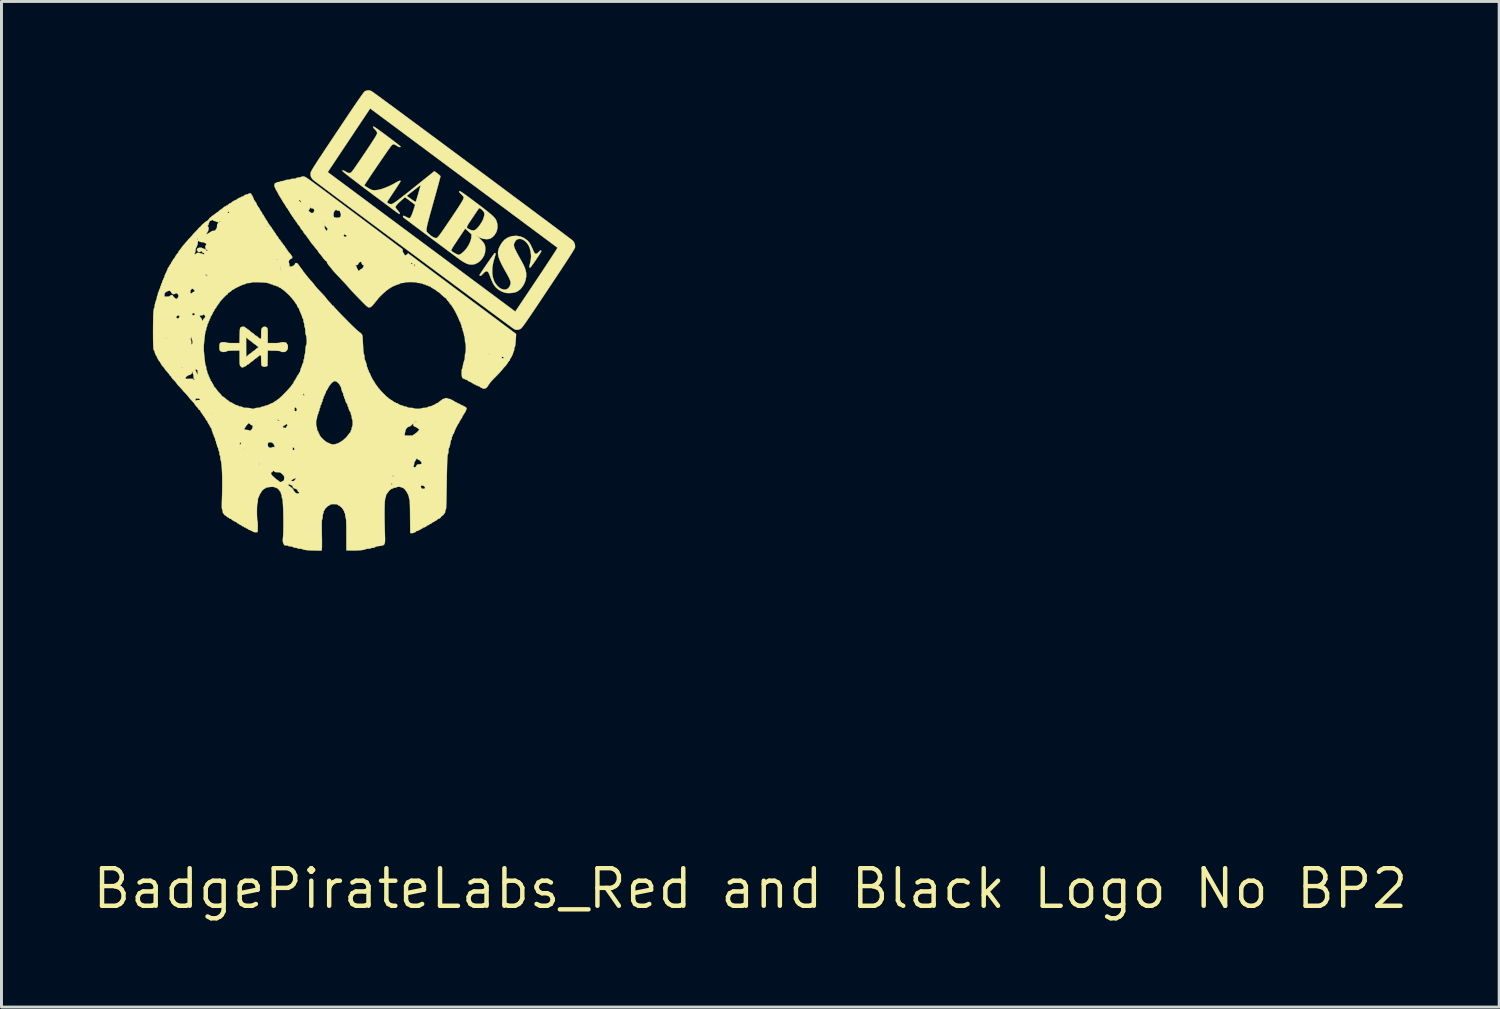
<source format=kicad_pcb>
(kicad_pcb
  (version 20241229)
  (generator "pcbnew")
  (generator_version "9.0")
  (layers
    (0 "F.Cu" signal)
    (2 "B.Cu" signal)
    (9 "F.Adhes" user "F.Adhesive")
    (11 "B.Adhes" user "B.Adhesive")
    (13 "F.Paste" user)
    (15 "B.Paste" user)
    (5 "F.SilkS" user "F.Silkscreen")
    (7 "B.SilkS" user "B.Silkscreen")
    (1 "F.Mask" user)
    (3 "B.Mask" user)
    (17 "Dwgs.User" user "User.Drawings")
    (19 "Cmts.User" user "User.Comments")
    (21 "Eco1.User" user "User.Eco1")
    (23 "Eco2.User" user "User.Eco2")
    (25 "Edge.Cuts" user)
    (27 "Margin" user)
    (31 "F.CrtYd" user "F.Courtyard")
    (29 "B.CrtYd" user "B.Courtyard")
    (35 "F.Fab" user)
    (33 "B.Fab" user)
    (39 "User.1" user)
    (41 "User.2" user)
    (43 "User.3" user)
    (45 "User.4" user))
  (footprint "BadgePirateLabs_Red and Black Logo No BP2"
    (layer "F.Cu")
    (at 22.323 26.999)
    (property "Reference" "BadgePirateLabs_Red and Black Logo No BP2" (at 0 0 0) (layer "F.SilkS") (effects (font (size 1.27 1.27) (thickness 0.15))))
    (attr through_hole)
    (fp_poly (pts (xy -7.768 -22.05) (xy -7.647 -21.998) (xy -7.539 -21.918) (xy -7.526 -21.905) (xy -7.498 -21.875) (xy -7.473 -21.844) (xy -7.448 -21.805) (xy -7.421 -21.754) (xy -7.388 -21.685) (xy -7.347 -21.595) (xy -7.329 -21.554) (xy -7.298 -21.495) (xy -7.267 -21.467) (xy -7.231 -21.467) (xy -7.188 -21.497) (xy -7.156 -21.528) (xy -7.118 -21.565) (xy -7.093 -21.58) (xy -7.075 -21.576) (xy -7.073 -21.575) (xy -7.069 -21.564) (xy -7.074 -21.544) (xy -7.09 -21.511) (xy -7.118 -21.463) (xy -7.161 -21.396) (xy -7.221 -21.306) (xy -7.243 -21.273) (xy -7.314 -21.169) (xy -7.37 -21.091) (xy -7.411 -21.037) (xy -7.44 -21.007) (xy -7.456 -20.998) (xy -7.457 -20.998) (xy -7.473 -21.019) (xy -7.472 -21.041) (xy -7.447 -21.152) (xy -7.429 -21.24) (xy -7.418 -21.312) (xy -7.414 -21.375) (xy -7.417 -21.435) (xy -7.424 -21.5) (xy -7.43 -21.541) (xy -7.46 -21.664) (xy -7.505 -21.764) (xy -7.57 -21.848) (xy -7.59 -21.867) (xy -7.653 -21.921) (xy -7.707 -21.953) (xy -7.763 -21.968) (xy -7.809 -21.971) (xy -7.879 -21.957) (xy -7.934 -21.914) (xy -7.975 -21.843) (xy -7.978 -21.837) (xy -7.993 -21.792) (xy -7.996 -21.755) (xy -7.987 -21.711) (xy -7.981 -21.688) (xy -7.966 -21.649) (xy -7.937 -21.588) (xy -7.899 -21.512) (xy -7.853 -21.426) (xy -7.804 -21.338) (xy -7.737 -21.218) (xy -7.684 -21.12) (xy -7.645 -21.038) (xy -7.617 -20.968) (xy -7.598 -20.906) (xy -7.585 -20.845) (xy -7.58 -20.811) (xy -7.579 -20.694) (xy -7.601 -20.576) (xy -7.643 -20.462) (xy -7.703 -20.358) (xy -7.776 -20.27) (xy -7.861 -20.204) (xy -7.929 -20.172) (xy -8.025 -20.148) (xy -8.13 -20.138) (xy -8.231 -20.14) (xy -8.295 -20.151) (xy -8.403 -20.19) (xy -8.507 -20.248) (xy -8.593 -20.318) (xy -8.604 -20.329) (xy -8.655 -20.393) (xy -8.702 -20.47) (xy -8.747 -20.566) (xy -8.795 -20.688) (xy -8.797 -20.694) (xy -8.821 -20.757) (xy -8.845 -20.81) (xy -8.864 -20.845) (xy -8.869 -20.852) (xy -8.907 -20.875) (xy -8.949 -20.869) (xy -8.998 -20.836) (xy -9.038 -20.794) (xy -9.084 -20.747) (xy -9.116 -20.724) (xy -9.136 -20.723) (xy -9.156 -20.738) (xy -9.157 -20.747) (xy -9.145 -20.77) (xy -9.118 -20.813) (xy -9.078 -20.873) (xy -9.03 -20.946) (xy -8.975 -21.026) (xy -8.917 -21.112) (xy -8.857 -21.197) (xy -8.8 -21.279) (xy -8.747 -21.353) (xy -8.702 -21.416) (xy -8.668 -21.462) (xy -8.646 -21.489) (xy -8.641 -21.494) (xy -8.621 -21.489) (xy -8.614 -21.469) (xy -8.62 -21.43) (xy -8.639 -21.367) (xy -8.644 -21.352) (xy -8.696 -21.166) (xy -8.724 -20.99) (xy -8.728 -20.826) (xy -8.708 -20.676) (xy -8.663 -20.543) (xy -8.622 -20.468) (xy -8.553 -20.379) (xy -8.479 -20.314) (xy -8.402 -20.273) (xy -8.327 -20.256) (xy -8.257 -20.262) (xy -8.195 -20.294) (xy -8.146 -20.35) (xy -8.113 -20.429) (xy -8.106 -20.464) (xy -8.106 -20.5) (xy -8.115 -20.542) (xy -8.133 -20.593) (xy -8.163 -20.658) (xy -8.206 -20.741) (xy -8.264 -20.845) (xy -8.285 -20.881) (xy -8.367 -21.03) (xy -8.432 -21.156) (xy -8.48 -21.264) (xy -8.513 -21.357) (xy -8.53 -21.439) (xy -8.534 -21.514) (xy -8.524 -21.585) (xy -8.502 -21.656) (xy -8.473 -21.721) (xy -8.398 -21.846) (xy -8.311 -21.942) (xy -8.208 -22.012) (xy -8.09 -22.056) (xy -8.034 -22.067) (xy -7.899 -22.074) (xy -7.768 -22.05)) (stroke (width 0.01) (type solid)) (fill yes) (layer "F.SilkS"))
    (fp_poly (pts (xy -17.104 -18.996) (xy -17.097 -18.986) (xy -17.085 -18.971) (xy -17.081 -18.971) (xy -17.064 -18.966) (xy -17.038 -18.948) (xy -16.997 -18.913) (xy -16.995 -18.911) (xy -16.97 -18.894) (xy -16.959 -18.891) (xy -16.942 -18.88) (xy -16.917 -18.852) (xy -16.916 -18.852) (xy -16.889 -18.824) (xy -16.865 -18.812) (xy -16.845 -18.803) (xy -16.843 -18.796) (xy -16.831 -18.781) (xy -16.823 -18.78) (xy -16.8 -18.768) (xy -16.774 -18.74) (xy -16.773 -18.74) (xy -16.747 -18.712) (xy -16.726 -18.701) (xy -16.726 -18.701) (xy -16.704 -18.691) (xy -16.67 -18.666) (xy -16.653 -18.652) (xy -16.606 -18.612) (xy -16.574 -18.59) (xy -16.555 -18.589) (xy -16.546 -18.611) (xy -16.542 -18.66) (xy -16.542 -18.738) (xy -16.542 -18.746) (xy -16.541 -18.825) (xy -16.538 -18.879) (xy -16.532 -18.916) (xy -16.522 -18.942) (xy -16.509 -18.961) (xy -16.464 -18.994) (xy -16.411 -19.002) (xy -16.359 -18.981) (xy -16.351 -18.975) (xy -16.339 -18.962) (xy -16.331 -18.945) (xy -16.325 -18.919) (xy -16.322 -18.877) (xy -16.32 -18.815) (xy -16.32 -18.729) (xy -16.32 -18.697) (xy -16.32 -18.447) (xy -16.114 -18.447) (xy -16.03 -18.448) (xy -15.963 -18.451) (xy -15.918 -18.456) (xy -15.899 -18.463) (xy -15.879 -18.471) (xy -15.837 -18.477) (xy -15.801 -18.479) (xy -15.731 -18.472) (xy -15.686 -18.452) (xy -15.669 -18.42) (xy -15.669 -18.416) (xy -15.657 -18.4) (xy -15.653 -18.399) (xy -15.644 -18.385) (xy -15.638 -18.348) (xy -15.637 -18.32) (xy -15.641 -18.262) (xy -15.657 -18.221) (xy -15.679 -18.193) (xy -15.712 -18.162) (xy -15.747 -18.148) (xy -15.797 -18.145) (xy -15.848 -18.149) (xy -15.876 -18.16) (xy -15.879 -18.165) (xy -15.893 -18.174) (xy -15.93 -18.181) (xy -15.992 -18.186) (xy -16.083 -18.19) (xy -16.102 -18.19) (xy -16.319 -18.195) (xy -16.327 -17.677) (xy -16.372 -17.656) (xy -16.418 -17.646) (xy -16.468 -17.651) (xy -16.511 -17.67) (xy -16.532 -17.695) (xy -16.536 -17.72) (xy -16.539 -17.769) (xy -16.541 -17.834) (xy -16.542 -17.883) (xy -16.543 -17.964) (xy -16.548 -18.015) (xy -16.561 -18.039) (xy -16.583 -18.038) (xy -16.618 -18.014) (xy -16.661 -17.977) (xy -16.698 -17.946) (xy -16.725 -17.927) (xy -16.733 -17.923) (xy -16.75 -17.913) (xy -16.781 -17.887) (xy -16.803 -17.867) (xy -16.839 -17.835) (xy -16.868 -17.815) (xy -16.878 -17.812) (xy -16.898 -17.8) (xy -16.925 -17.773) (xy -16.926 -17.772) (xy -16.954 -17.744) (xy -16.978 -17.732) (xy -16.978 -17.732) (xy -17.002 -17.722) (xy -17.034 -17.696) (xy -17.036 -17.693) (xy -17.069 -17.666) (xy -17.099 -17.653) (xy -17.1 -17.653) (xy -17.129 -17.645) (xy -17.137 -17.637) (xy -17.162 -17.622) (xy -17.198 -17.629) (xy -17.233 -17.656) (xy -17.239 -17.663) (xy -17.252 -17.682) (xy -17.261 -17.704) (xy -17.267 -17.735) (xy -17.27 -17.78) (xy -17.272 -17.845) (xy -17.272 -17.936) (xy -17.272 -17.949) (xy -17.272 -18.193) (xy -17.475 -18.193) (xy -17.568 -18.192) (xy -17.634 -18.188) (xy -17.677 -18.182) (xy -17.704 -18.173) (xy -17.709 -18.169) (xy -17.755 -18.151) (xy -17.814 -18.146) (xy -17.873 -18.155) (xy -17.918 -18.176) (xy -17.919 -18.176) (xy -17.938 -18.197) (xy -17.949 -18.224) (xy -17.954 -18.266) (xy -17.955 -18.314) (xy -17.05 -18.314) (xy -17.049 -18.216) (xy -17.049 -18.13) (xy -17.047 -18.06) (xy -17.046 -18.011) (xy -17.044 -17.988) (xy -17.043 -17.986) (xy -17.029 -17.996) (xy -16.999 -18.022) (xy -16.977 -18.042) (xy -16.941 -18.074) (xy -16.914 -18.094) (xy -16.905 -18.098) (xy -16.886 -18.108) (xy -16.857 -18.133) (xy -16.853 -18.137) (xy -16.824 -18.164) (xy -16.805 -18.177) (xy -16.804 -18.177) (xy -16.786 -18.185) (xy -16.752 -18.213) (xy -16.708 -18.252) (xy -16.677 -18.277) (xy -16.654 -18.288) (xy -16.654 -18.288) (xy -16.639 -18.301) (xy -16.637 -18.312) (xy -16.65 -18.333) (xy -16.661 -18.336) (xy -16.682 -18.342) (xy -16.685 -18.348) (xy -16.697 -18.363) (xy -16.727 -18.388) (xy -16.743 -18.399) (xy -16.783 -18.427) (xy -16.813 -18.45) (xy -16.818 -18.455) (xy -16.841 -18.474) (xy -16.878 -18.503) (xy -16.899 -18.519) (xy -16.937 -18.547) (xy -16.964 -18.568) (xy -16.97 -18.574) (xy -16.987 -18.589) (xy -17.014 -18.612) (xy -17.05 -18.642) (xy -17.05 -18.314) (xy -17.955 -18.314) (xy -17.955 -18.316) (xy -17.951 -18.39) (xy -17.937 -18.438) (xy -17.908 -18.465) (xy -17.859 -18.477) (xy -17.807 -18.479) (xy -17.757 -18.476) (xy -17.72 -18.469) (xy -17.709 -18.463) (xy -17.689 -18.456) (xy -17.643 -18.451) (xy -17.575 -18.448) (xy -17.49 -18.447) (xy -17.486 -18.447) (xy -17.274 -18.447) (xy -17.269 -18.698) (xy -17.267 -18.796) (xy -17.263 -18.867) (xy -17.259 -18.916) (xy -17.252 -18.948) (xy -17.244 -18.968) (xy -17.237 -18.976) (xy -17.21 -18.991) (xy -17.171 -19) (xy -17.132 -19.002) (xy -17.104 -18.996)) (stroke (width 0.01) (type solid)) (fill yes) (layer "F.SilkS"))
    (fp_poly (pts (xy -12.814 -26.969) (xy -12.811 -26.968) (xy -12.792 -26.955) (xy -12.749 -26.924) (xy -12.683 -26.877) (xy -12.595 -26.813) (xy -12.487 -26.734) (xy -12.361 -26.641) (xy -12.216 -26.534) (xy -12.055 -26.416) (xy -11.879 -26.286) (xy -11.69 -26.146) (xy -11.487 -25.996) (xy -11.274 -25.838) (xy -11.051 -25.673) (xy -10.819 -25.501) (xy -10.579 -25.324) (xy -10.334 -25.142) (xy -10.084 -24.956) (xy -9.831 -24.768) (xy -9.575 -24.578) (xy -9.319 -24.388) (xy -9.063 -24.198) (xy -8.808 -24.009) (xy -8.557 -23.822) (xy -8.31 -23.638) (xy -8.069 -23.458) (xy -7.834 -23.284) (xy -7.608 -23.115) (xy -7.391 -22.953) (xy -7.185 -22.8) (xy -6.991 -22.655) (xy -6.81 -22.52) (xy -6.644 -22.396) (xy -6.494 -22.283) (xy -6.362 -22.184) (xy -6.247 -22.098) (xy -6.153 -22.026) (xy -6.08 -21.971) (xy -6.029 -21.932) (xy -6.002 -21.91) (xy -5.998 -21.907) (xy -5.952 -21.838) (xy -5.928 -21.758) (xy -5.928 -21.678) (xy -5.928 -21.677) (xy -5.938 -21.655) (xy -5.964 -21.61) (xy -6.005 -21.542) (xy -6.062 -21.45) (xy -6.136 -21.335) (xy -6.226 -21.196) (xy -6.333 -21.032) (xy -6.457 -20.844) (xy -6.599 -20.63) (xy -6.758 -20.391) (xy -6.828 -20.286) (xy -6.973 -20.068) (xy -7.102 -19.875) (xy -7.215 -19.706) (xy -7.314 -19.558) (xy -7.4 -19.43) (xy -7.474 -19.322) (xy -7.537 -19.23) (xy -7.589 -19.154) (xy -7.633 -19.092) (xy -7.669 -19.043) (xy -7.698 -19.005) (xy -7.721 -18.976) (xy -7.74 -18.955) (xy -7.756 -18.94) (xy -7.769 -18.93) (xy -7.781 -18.923) (xy -7.784 -18.922) (xy -7.855 -18.897) (xy -7.917 -18.895) (xy -7.979 -18.916) (xy -7.986 -18.92) (xy -8.003 -18.931) (xy -8.044 -18.961) (xy -8.108 -19.008) (xy -8.194 -19.07) (xy -8.3 -19.148) (xy -8.425 -19.241) (xy -8.568 -19.346) (xy -8.727 -19.463) (xy -8.901 -19.592) (xy -9.09 -19.732) (xy -9.29 -19.88) (xy -9.502 -20.037) (xy -9.724 -20.202) (xy -9.955 -20.373) (xy -10.193 -20.55) (xy -10.438 -20.731) (xy -10.687 -20.916) (xy -10.939 -21.103) (xy -11.194 -21.292) (xy -11.45 -21.482) (xy -11.706 -21.672) (xy -11.96 -21.861) (xy -12.211 -22.047) (xy -12.458 -22.231) (xy -12.699 -22.41) (xy -12.934 -22.585) (xy -13.16 -22.754) (xy -13.377 -22.915) (xy -13.584 -23.069) (xy -13.778 -23.214) (xy -13.96 -23.349) (xy -14.127 -23.474) (xy -14.278 -23.587) (xy -14.412 -23.687) (xy -14.527 -23.774) (xy -14.623 -23.846) (xy -14.698 -23.902) (xy -14.751 -23.942) (xy -14.78 -23.965) (xy -14.785 -23.969) (xy -14.84 -24.033) (xy -14.868 -24.102) (xy -14.872 -24.183) (xy -14.872 -24.184) (xy -14.87 -24.198) (xy -14.866 -24.214) (xy -14.861 -24.228) (xy -14.289 -24.228) (xy -13.991 -24.006) (xy -13.95 -23.975) (xy -13.884 -23.927) (xy -13.796 -23.861) (xy -13.687 -23.78) (xy -13.556 -23.683) (xy -13.407 -23.572) (xy -13.241 -23.448) (xy -13.058 -23.312) (xy -12.859 -23.165) (xy -12.647 -23.007) (xy -12.423 -22.84) (xy -12.187 -22.665) (xy -11.942 -22.483) (xy -11.688 -22.294) (xy -11.426 -22.099) (xy -11.159 -21.901) (xy -10.887 -21.698) (xy -10.82 -21.649) (xy -7.948 -19.513) (xy -7.229 -20.587) (xy -7.118 -20.753) (xy -7.013 -20.912) (xy -6.914 -21.061) (xy -6.824 -21.198) (xy -6.743 -21.321) (xy -6.672 -21.43) (xy -6.614 -21.52) (xy -6.568 -21.592) (xy -6.538 -21.642) (xy -6.523 -21.668) (xy -6.521 -21.672) (xy -6.535 -21.682) (xy -6.573 -21.711) (xy -6.634 -21.756) (xy -6.715 -21.816) (xy -6.816 -21.892) (xy -6.935 -21.98) (xy -7.07 -22.081) (xy -7.22 -22.193) (xy -7.384 -22.315) (xy -7.56 -22.445) (xy -7.746 -22.584) (xy -7.942 -22.729) (xy -8.145 -22.88) (xy -8.215 -22.933) (xy -8.447 -23.105) (xy -8.69 -23.285) (xy -8.94 -23.471) (xy -9.194 -23.66) (xy -9.449 -23.849) (xy -9.702 -24.037) (xy -9.949 -24.221) (xy -10.188 -24.398) (xy -10.415 -24.567) (xy -10.627 -24.725) (xy -10.821 -24.869) (xy -10.993 -24.997) (xy -11.041 -25.033) (xy -11.219 -25.165) (xy -11.396 -25.297) (xy -11.57 -25.426) (xy -11.738 -25.551) (xy -11.898 -25.67) (xy -12.047 -25.78) (xy -12.182 -25.881) (xy -12.301 -25.97) (xy -12.402 -26.044) (xy -12.481 -26.103) (xy -12.52 -26.132) (xy -12.855 -26.381) (xy -13.545 -25.347) (xy -13.654 -25.183) (xy -13.759 -25.026) (xy -13.857 -24.878) (xy -13.949 -24.741) (xy -14.031 -24.618) (xy -14.103 -24.509) (xy -14.163 -24.419) (xy -14.211 -24.348) (xy -14.243 -24.298) (xy -14.26 -24.273) (xy -14.262 -24.27) (xy -14.289 -24.228) (xy -14.861 -24.228) (xy -14.859 -24.234) (xy -14.848 -24.258) (xy -14.832 -24.288) (xy -14.81 -24.327) (xy -14.781 -24.376) (xy -14.744 -24.436) (xy -14.697 -24.508) (xy -14.641 -24.596) (xy -14.573 -24.699) (xy -14.493 -24.82) (xy -14.4 -24.961) (xy -14.293 -25.122) (xy -14.17 -25.306) (xy -14.032 -25.514) (xy -13.973 -25.602) (xy -13.812 -25.843) (xy -13.668 -26.058) (xy -13.54 -26.249) (xy -13.428 -26.415) (xy -13.331 -26.557) (xy -13.248 -26.677) (xy -13.18 -26.775) (xy -13.126 -26.851) (xy -13.084 -26.907) (xy -13.056 -26.943) (xy -13.039 -26.96) (xy -13.037 -26.962) (xy -12.958 -26.992) (xy -12.886 -26.994) (xy -12.814 -26.969)) (stroke (width 0.01) (type solid)) (fill yes) (layer "F.SilkS"))
    (fp_poly (pts (xy -12.716 -25.757) (xy -12.677 -25.733) (xy -12.621 -25.696) (xy -12.547 -25.643) (xy -12.452 -25.574) (xy -12.335 -25.487) (xy -12.28 -25.446) (xy -12.175 -25.368) (xy -12.079 -25.295) (xy -11.995 -25.23) (xy -11.924 -25.175) (xy -11.871 -25.132) (xy -11.837 -25.105) (xy -11.827 -25.094) (xy -11.838 -25.076) (xy -11.869 -25.076) (xy -11.913 -25.094) (xy -11.941 -25.111) (xy -12.001 -25.149) (xy -12.045 -25.168) (xy -12.079 -25.168) (xy -12.112 -25.148) (xy -12.142 -25.119) (xy -12.16 -25.096) (xy -12.193 -25.05) (xy -12.239 -24.986) (xy -12.295 -24.906) (xy -12.36 -24.812) (xy -12.432 -24.708) (xy -12.507 -24.598) (xy -12.585 -24.484) (xy -12.664 -24.368) (xy -12.74 -24.255) (xy -12.813 -24.148) (xy -12.879 -24.048) (xy -12.937 -23.961) (xy -12.986 -23.887) (xy -13.022 -23.831) (xy -13.043 -23.796) (xy -13.049 -23.784) (xy -13.036 -23.767) (xy -13.001 -23.741) (xy -12.953 -23.709) (xy -12.898 -23.676) (xy -12.845 -23.648) (xy -12.799 -23.628) (xy -12.783 -23.622) (xy -12.703 -23.614) (xy -12.603 -23.625) (xy -12.486 -23.652) (xy -12.356 -23.696) (xy -12.218 -23.753) (xy -12.075 -23.824) (xy -11.968 -23.886) (xy -11.901 -23.922) (xy -11.855 -23.938) (xy -11.831 -23.934) (xy -11.827 -23.923) (xy -11.835 -23.906) (xy -11.859 -23.867) (xy -11.896 -23.808) (xy -11.944 -23.734) (xy -11.999 -23.649) (xy -12.05 -23.573) (xy -12.111 -23.481) (xy -12.167 -23.397) (xy -12.214 -23.324) (xy -12.251 -23.268) (xy -12.274 -23.23) (xy -12.282 -23.217) (xy -12.275 -23.196) (xy -12.246 -23.173) (xy -12.204 -23.155) (xy -12.158 -23.146) (xy -12.148 -23.146) (xy -12.13 -23.148) (xy -12.107 -23.156) (xy -12.077 -23.171) (xy -12.039 -23.194) (xy -11.991 -23.226) (xy -11.93 -23.27) (xy -11.856 -23.326) (xy -11.766 -23.396) (xy -11.726 -23.427) (xy -11.62 -23.427) (xy -11.473 -23.319) (xy -11.415 -23.278) (xy -11.365 -23.246) (xy -11.33 -23.226) (xy -11.316 -23.222) (xy -11.309 -23.24) (xy -11.294 -23.284) (xy -11.274 -23.348) (xy -11.25 -23.427) (xy -11.226 -23.51) (xy -11.201 -23.599) (xy -11.179 -23.676) (xy -11.162 -23.737) (xy -11.152 -23.777) (xy -11.149 -23.791) (xy -11.162 -23.782) (xy -11.196 -23.757) (xy -11.247 -23.718) (xy -11.311 -23.669) (xy -11.384 -23.612) (xy -11.386 -23.61) (xy -11.62 -23.427) (xy -11.726 -23.427) (xy -11.658 -23.481) (xy -11.53 -23.582) (xy -11.381 -23.701) (xy -11.275 -23.786) (xy -10.685 -24.26) (xy -10.581 -24.184) (xy -10.533 -24.146) (xy -10.497 -24.113) (xy -10.478 -24.091) (xy -10.477 -24.088) (xy -10.482 -24.069) (xy -10.494 -24.022) (xy -10.512 -23.951) (xy -10.537 -23.859) (xy -10.567 -23.748) (xy -10.602 -23.623) (xy -10.64 -23.484) (xy -10.681 -23.337) (xy -10.683 -23.33) (xy -10.741 -23.123) (xy -10.791 -22.943) (xy -10.834 -22.79) (xy -10.869 -22.66) (xy -10.898 -22.552) (xy -10.92 -22.463) (xy -10.936 -22.391) (xy -10.946 -22.334) (xy -10.951 -22.289) (xy -10.951 -22.255) (xy -10.946 -22.228) (xy -10.937 -22.207) (xy -10.923 -22.189) (xy -10.907 -22.172) (xy -10.886 -22.154) (xy -10.87 -22.139) (xy -10.8 -22.078) (xy -10.732 -22.033) (xy -10.672 -22.005) (xy -10.625 -21.997) (xy -10.606 -22.002) (xy -10.59 -22.012) (xy -10.571 -22.029) (xy -10.548 -22.055) (xy -10.519 -22.091) (xy -10.482 -22.139) (xy -10.436 -22.203) (xy -10.38 -22.285) (xy -10.321 -22.37) (xy -9.584 -22.37) (xy -9.581 -22.348) (xy -9.567 -22.331) (xy -9.542 -22.315) (xy -9.508 -22.297) (xy -9.501 -22.294) (xy -9.426 -22.261) (xy -9.363 -22.254) (xy -9.305 -22.274) (xy -9.25 -22.317) (xy -9.196 -22.376) (xy -9.139 -22.452) (xy -9.087 -22.532) (xy -9.047 -22.607) (xy -9.033 -22.641) (xy -9.007 -22.724) (xy -8.994 -22.785) (xy -8.994 -22.832) (xy -9.007 -22.871) (xy -9.015 -22.886) (xy -9.045 -22.925) (xy -9.084 -22.963) (xy -9.123 -22.993) (xy -9.156 -23.01) (xy -9.174 -23.009) (xy -9.186 -22.993) (xy -9.214 -22.953) (xy -9.253 -22.895) (xy -9.302 -22.822) (xy -9.359 -22.738) (xy -9.397 -22.68) (xy -9.465 -22.579) (xy -9.517 -22.501) (xy -9.553 -22.443) (xy -9.575 -22.4) (xy -9.584 -22.37) (xy -10.321 -22.37) (xy -10.311 -22.385) (xy -10.228 -22.508) (xy -10.129 -22.654) (xy -10.106 -22.688) (xy -10.006 -22.837) (xy -9.923 -22.962) (xy -9.855 -23.066) (xy -9.802 -23.15) (xy -9.76 -23.218) (xy -9.73 -23.271) (xy -9.71 -23.311) (xy -9.698 -23.342) (xy -9.694 -23.365) (xy -9.695 -23.383) (xy -9.695 -23.385) (xy -9.71 -23.41) (xy -9.742 -23.448) (xy -9.782 -23.488) (xy -9.824 -23.529) (xy -9.844 -23.556) (xy -9.847 -23.573) (xy -9.84 -23.583) (xy -9.831 -23.586) (xy -9.814 -23.581) (xy -9.787 -23.566) (xy -9.747 -23.542) (xy -9.694 -23.505) (xy -9.623 -23.455) (xy -9.534 -23.389) (xy -9.423 -23.307) (xy -9.311 -23.223) (xy -9.159 -23.109) (xy -9.03 -23.011) (xy -8.923 -22.927) (xy -8.835 -22.856) (xy -8.764 -22.796) (xy -8.708 -22.745) (xy -8.664 -22.7) (xy -8.631 -22.661) (xy -8.607 -22.624) (xy -8.588 -22.588) (xy -8.586 -22.583) (xy -8.554 -22.475) (xy -8.549 -22.359) (xy -8.572 -22.246) (xy -8.596 -22.187) (xy -8.655 -22.095) (xy -8.725 -22.024) (xy -8.803 -21.979) (xy -8.827 -21.971) (xy -8.911 -21.961) (xy -9.006 -21.969) (xy -9.099 -21.994) (xy -9.138 -22.011) (xy -9.209 -22.047) (xy -9.116 -21.949) (xy -9.051 -21.879) (xy -9.008 -21.822) (xy -8.981 -21.768) (xy -8.967 -21.711) (xy -8.963 -21.641) (xy -8.962 -21.614) (xy -8.972 -21.504) (xy -9.003 -21.408) (xy -9.058 -21.316) (xy -9.116 -21.246) (xy -9.207 -21.168) (xy -9.307 -21.12) (xy -9.413 -21.1) (xy -9.522 -21.111) (xy -9.588 -21.134) (xy -9.647 -21.162) (xy -9.716 -21.201) (xy -9.779 -21.24) (xy -9.804 -21.258) (xy -9.851 -21.293) (xy -9.919 -21.342) (xy -10.003 -21.405) (xy -10.103 -21.479) (xy -10.215 -21.562) (xy -10.243 -21.583) (xy -10.114 -21.583) (xy -10.113 -21.57) (xy -10.11 -21.566) (xy -10.077 -21.539) (xy -10.027 -21.507) (xy -9.972 -21.476) (xy -9.92 -21.45) (xy -9.88 -21.434) (xy -9.866 -21.431) (xy -9.833 -21.44) (xy -9.789 -21.463) (xy -9.767 -21.478) (xy -9.676 -21.557) (xy -9.594 -21.654) (xy -9.524 -21.763) (xy -9.471 -21.875) (xy -9.439 -21.983) (xy -9.434 -22.024) (xy -9.43 -22.078) (xy -9.253 -22.078) (xy -9.249 -22.069) (xy -9.233 -22.052) (xy -9.224 -22.055) (xy -9.223 -22.057) (xy -9.235 -22.071) (xy -9.242 -22.076) (xy -9.253 -22.078) (xy -9.43 -22.078) (xy -9.426 -22.123) (xy -9.533 -22.222) (xy -9.581 -22.265) (xy -9.618 -22.297) (xy -9.64 -22.315) (xy -9.644 -22.316) (xy -9.653 -22.303) (xy -9.678 -22.266) (xy -9.716 -22.21) (xy -9.764 -22.137) (xy -9.821 -22.052) (xy -9.884 -21.958) (xy -9.89 -21.95) (xy -9.962 -21.84) (xy -10.019 -21.754) (xy -10.061 -21.688) (xy -10.089 -21.639) (xy -10.107 -21.605) (xy -10.114 -21.583) (xy -10.243 -21.583) (xy -10.337 -21.653) (xy -10.467 -21.749) (xy -10.602 -21.85) (xy -10.74 -21.953) (xy -10.878 -22.056) (xy -11.014 -22.158) (xy -11.145 -22.256) (xy -11.269 -22.349) (xy -11.384 -22.435) (xy -11.487 -22.512) (xy -11.576 -22.579) (xy -11.648 -22.633) (xy -11.7 -22.673) (xy -11.731 -22.697) (xy -11.738 -22.702) (xy -11.745 -22.726) (xy -11.742 -22.739) (xy -11.733 -22.751) (xy -11.714 -22.749) (xy -11.678 -22.734) (xy -11.643 -22.717) (xy -11.593 -22.692) (xy -11.552 -22.675) (xy -11.531 -22.669) (xy -11.505 -22.684) (xy -11.475 -22.728) (xy -11.441 -22.803) (xy -11.403 -22.908) (xy -11.39 -22.947) (xy -11.335 -23.122) (xy -11.379 -23.158) (xy -11.41 -23.182) (xy -11.46 -23.22) (xy -11.518 -23.263) (xy -11.55 -23.287) (xy -11.678 -23.38) (xy -11.809 -23.267) (xy -11.898 -23.185) (xy -11.96 -23.118) (xy -11.994 -23.066) (xy -12.001 -23.038) (xy -11.991 -23.017) (xy -11.964 -22.981) (xy -11.926 -22.937) (xy -11.921 -22.931) (xy -11.88 -22.883) (xy -11.857 -22.845) (xy -11.852 -22.821) (xy -11.868 -22.814) (xy -11.883 -22.818) (xy -11.899 -22.829) (xy -11.938 -22.857) (xy -11.998 -22.901) (xy -12.078 -22.96) (xy -12.175 -23.032) (xy -12.288 -23.116) (xy -12.414 -23.21) (xy -12.551 -23.312) (xy -12.697 -23.421) (xy -12.85 -23.536) (xy -12.859 -23.543) (xy -13.044 -23.681) (xy -13.204 -23.802) (xy -13.342 -23.907) (xy -13.458 -23.996) (xy -13.555 -24.07) (xy -13.633 -24.131) (xy -13.694 -24.18) (xy -13.74 -24.218) (xy -13.771 -24.246) (xy -13.789 -24.265) (xy -13.796 -24.277) (xy -13.796 -24.28) (xy -13.781 -24.289) (xy -13.757 -24.284) (xy -13.718 -24.265) (xy -13.688 -24.248) (xy -13.621 -24.211) (xy -13.569 -24.196) (xy -13.527 -24.203) (xy -13.486 -24.232) (xy -13.472 -24.246) (xy -13.453 -24.27) (xy -13.418 -24.318) (xy -13.37 -24.386) (xy -13.311 -24.472) (xy -13.242 -24.572) (xy -13.165 -24.684) (xy -13.084 -24.805) (xy -13.021 -24.897) (xy -12.922 -25.046) (xy -12.84 -25.17) (xy -12.773 -25.273) (xy -12.72 -25.356) (xy -12.679 -25.421) (xy -12.651 -25.471) (xy -12.632 -25.508) (xy -12.623 -25.533) (xy -12.621 -25.546) (xy -12.627 -25.583) (xy -12.648 -25.62) (xy -12.69 -25.668) (xy -12.695 -25.673) (xy -12.736 -25.717) (xy -12.755 -25.746) (xy -12.754 -25.764) (xy -12.752 -25.767) (xy -12.74 -25.768) (xy -12.716 -25.757)) (stroke (width 0.01) (type solid)) (fill yes) (layer "F.SilkS"))
    (fp_poly (pts (xy -15.098 -24.081) (xy -15.08 -24.076) (xy -15.057 -24.066) (xy -15.027 -24.05) (xy -14.988 -24.025) (xy -14.938 -23.991) (xy -14.874 -23.946) (xy -14.795 -23.889) (xy -14.698 -23.817) (xy -14.58 -23.731) (xy -14.441 -23.627) (xy -14.364 -23.569) (xy -14.224 -23.465) (xy -14.074 -23.353) (xy -13.917 -23.236) (xy -13.753 -23.113) (xy -13.586 -22.988) (xy -13.416 -22.862) (xy -13.247 -22.735) (xy -13.08 -22.61) (xy -12.918 -22.488) (xy -12.761 -22.371) (xy -12.613 -22.26) (xy -12.475 -22.156) (xy -12.349 -22.062) (xy -12.237 -21.978) (xy -12.142 -21.907) (xy -12.066 -21.849) (xy -12.009 -21.806) (xy -11.975 -21.781) (xy -11.967 -21.774) (xy -11.932 -21.747) (xy -11.882 -21.711) (xy -11.836 -21.678) (xy -11.788 -21.643) (xy -11.762 -21.618) (xy -11.753 -21.596) (xy -11.755 -21.574) (xy -11.752 -21.528) (xy -11.732 -21.499) (xy -11.709 -21.466) (xy -11.7 -21.44) (xy -11.688 -21.42) (xy -11.661 -21.417) (xy -11.627 -21.429) (xy -11.603 -21.449) (xy -11.574 -21.483) (xy -10.704 -20.833) (xy -10.533 -20.705) (xy -10.341 -20.562) (xy -10.135 -20.408) (xy -9.919 -20.246) (xy -9.698 -20.082) (xy -9.479 -19.918) (xy -9.265 -19.759) (xy -9.063 -19.608) (xy -8.878 -19.47) (xy -7.921 -18.756) (xy -7.928 -18.613) (xy -7.936 -18.497) (xy -7.944 -18.406) (xy -7.954 -18.343) (xy -7.964 -18.309) (xy -7.971 -18.304) (xy -7.98 -18.29) (xy -7.985 -18.255) (xy -7.985 -18.241) (xy -7.989 -18.199) (xy -7.998 -18.172) (xy -8.001 -18.169) (xy -8.015 -18.146) (xy -8.017 -18.13) (xy -8.024 -18.102) (xy -8.041 -18.058) (xy -8.064 -18.009) (xy -8.088 -17.964) (xy -8.108 -17.933) (xy -8.116 -17.926) (xy -8.126 -17.907) (xy -8.128 -17.891) (xy -8.14 -17.861) (xy -8.168 -17.83) (xy -8.196 -17.801) (xy -8.207 -17.774) (xy -8.207 -17.774) (xy -8.215 -17.752) (xy -8.223 -17.748) (xy -8.238 -17.736) (xy -8.239 -17.73) (xy -8.25 -17.709) (xy -8.277 -17.677) (xy -8.291 -17.663) (xy -8.334 -17.618) (xy -8.377 -17.565) (xy -8.389 -17.55) (xy -8.418 -17.514) (xy -8.464 -17.463) (xy -8.52 -17.403) (xy -8.581 -17.34) (xy -8.587 -17.334) (xy -8.677 -17.243) (xy -8.744 -17.173) (xy -8.79 -17.12) (xy -8.817 -17.085) (xy -8.826 -17.064) (xy -8.826 -17.064) (xy -8.839 -17.05) (xy -8.842 -17.05) (xy -8.857 -17.037) (xy -8.858 -17.029) (xy -8.868 -17.005) (xy -8.893 -16.97) (xy -8.903 -16.957) (xy -8.943 -16.922) (xy -8.985 -16.908) (xy -9.007 -16.907) (xy -9.044 -16.911) (xy -9.064 -16.92) (xy -9.065 -16.923) (xy -9.078 -16.936) (xy -9.097 -16.939) (xy -9.127 -16.949) (xy -9.138 -16.962) (xy -9.16 -16.983) (xy -9.177 -16.986) (xy -9.206 -16.994) (xy -9.215 -17.002) (xy -9.238 -17.015) (xy -9.256 -17.018) (xy -9.281 -17.025) (xy -9.287 -17.034) (xy -9.3 -17.047) (xy -9.317 -17.05) (xy -9.352 -17.061) (xy -9.366 -17.074) (xy -9.393 -17.094) (xy -9.408 -17.097) (xy -9.428 -17.107) (xy -9.43 -17.113) (xy -9.443 -17.128) (xy -9.452 -17.129) (xy -9.48 -17.136) (xy -9.517 -17.154) (xy -9.551 -17.175) (xy -9.571 -17.193) (xy -9.573 -17.197) (xy -9.586 -17.206) (xy -9.612 -17.209) (xy -9.642 -17.214) (xy -9.652 -17.224) (xy -9.665 -17.238) (xy -9.68 -17.24) (xy -9.717 -17.25) (xy -9.743 -17.283) (xy -9.758 -17.34) (xy -9.763 -17.425) (xy -9.763 -17.439) (xy -9.762 -17.5) (xy -9.757 -17.546) (xy -9.751 -17.571) (xy -9.749 -17.574) (xy -9.738 -17.588) (xy -9.729 -17.623) (xy -9.727 -17.641) (xy -9.716 -17.707) (xy -9.7 -17.777) (xy -9.681 -17.84) (xy -9.666 -17.879) (xy -9.658 -17.909) (xy -9.653 -17.959) (xy -9.653 -17.963) (xy -8.411 -17.963) (xy -8.395 -17.942) (xy -8.367 -17.928) (xy -8.347 -17.938) (xy -8.342 -17.956) (xy -8.356 -17.975) (xy -8.378 -17.984) (xy -8.408 -17.981) (xy -8.411 -17.963) (xy -9.653 -17.963) (xy -9.652 -18.001) (xy -9.65 -18.053) (xy -9.646 -18.074) (xy -8.826 -18.074) (xy -8.819 -18.066) (xy -8.811 -18.074) (xy -8.819 -18.082) (xy -8.826 -18.074) (xy -9.646 -18.074) (xy -9.643 -18.091) (xy -9.636 -18.105) (xy -8.858 -18.105) (xy -8.85 -18.098) (xy -8.842 -18.105) (xy -8.85 -18.113) (xy -8.858 -18.105) (xy -9.636 -18.105) (xy -9.629 -18.125) (xy -9.624 -18.169) (xy -9.621 -18.232) (xy -9.62 -18.28) (xy -9.622 -18.351) (xy -9.626 -18.409) (xy -9.632 -18.445) (xy -9.636 -18.455) (xy -9.644 -18.475) (xy -9.65 -18.517) (xy -9.652 -18.566) (xy -9.654 -18.62) (xy -9.66 -18.66) (xy -9.668 -18.677) (xy -9.679 -18.698) (xy -9.684 -18.736) (xy -9.684 -18.737) (xy -9.692 -18.788) (xy -9.708 -18.828) (xy -9.725 -18.874) (xy -9.731 -18.91) (xy -9.737 -18.945) (xy -9.747 -18.963) (xy -9.759 -18.984) (xy -9.763 -19.018) (xy -9.768 -19.055) (xy -9.779 -19.074) (xy -9.791 -19.096) (xy -9.795 -19.122) (xy -9.8 -19.152) (xy -9.81 -19.161) (xy -9.825 -19.174) (xy -9.834 -19.197) (xy -9.852 -19.245) (xy -9.88 -19.311) (xy -9.916 -19.388) (xy -9.956 -19.468) (xy -9.996 -19.544) (xy -10.033 -19.609) (xy -10.063 -19.656) (xy -10.074 -19.67) (xy -10.092 -19.697) (xy -10.097 -19.711) (xy -10.108 -19.73) (xy -10.128 -19.748) (xy -10.153 -19.77) (xy -10.16 -19.784) (xy -10.17 -19.804) (xy -10.196 -19.838) (xy -10.233 -19.881) (xy -10.251 -19.9) (xy -10.268 -19.927) (xy -10.271 -19.938) (xy -10.28 -19.954) (xy -10.283 -19.955) (xy -10.301 -19.965) (xy -10.336 -19.991) (xy -10.381 -20.028) (xy -10.429 -20.071) (xy -10.476 -20.113) (xy -10.496 -20.133) (xy -10.528 -20.162) (xy -10.55 -20.176) (xy -10.553 -20.177) (xy -10.573 -20.187) (xy -10.605 -20.211) (xy -10.621 -20.225) (xy -10.662 -20.257) (xy -10.701 -20.279) (xy -10.711 -20.283) (xy -10.739 -20.295) (xy -10.747 -20.306) (xy -10.76 -20.318) (xy -10.772 -20.32) (xy -10.798 -20.333) (xy -10.805 -20.344) (xy -10.826 -20.362) (xy -10.852 -20.368) (xy -10.881 -20.373) (xy -10.89 -20.384) (xy -10.904 -20.396) (xy -10.929 -20.399) (xy -10.963 -20.405) (xy -10.978 -20.415) (xy -11 -20.429) (xy -11.014 -20.431) (xy -11.047 -20.438) (xy -11.087 -20.455) (xy -11.132 -20.47) (xy -11.188 -20.478) (xy -11.201 -20.479) (xy -11.245 -20.482) (xy -11.274 -20.491) (xy -11.279 -20.495) (xy -11.299 -20.501) (xy -11.344 -20.506) (xy -11.411 -20.509) (xy -11.486 -20.511) (xy -11.567 -20.509) (xy -11.632 -20.506) (xy -11.675 -20.501) (xy -11.692 -20.495) (xy -11.713 -20.485) (xy -11.753 -20.479) (xy -11.772 -20.479) (xy -11.815 -20.476) (xy -11.84 -20.468) (xy -11.843 -20.464) (xy -11.857 -20.451) (xy -11.89 -20.439) (xy -11.894 -20.438) (xy -11.935 -20.428) (xy -11.961 -20.417) (xy -11.962 -20.417) (xy -11.986 -20.405) (xy -12.027 -20.389) (xy -12.041 -20.384) (xy -12.096 -20.36) (xy -12.148 -20.33) (xy -12.154 -20.326) (xy -12.19 -20.301) (xy -12.218 -20.289) (xy -12.221 -20.288) (xy -12.239 -20.278) (xy -12.24 -20.272) (xy -12.251 -20.257) (xy -12.254 -20.256) (xy -12.274 -20.246) (xy -12.311 -20.217) (xy -12.36 -20.176) (xy -12.415 -20.126) (xy -12.471 -20.073) (xy -12.523 -20.022) (xy -12.566 -19.977) (xy -12.595 -19.943) (xy -12.605 -19.926) (xy -12.614 -19.906) (xy -12.617 -19.905) (xy -12.634 -19.89) (xy -12.66 -19.859) (xy -12.665 -19.853) (xy -12.729 -19.773) (xy -12.779 -19.716) (xy -12.819 -19.679) (xy -12.853 -19.66) (xy -12.884 -19.653) (xy -12.886 -19.653) (xy -12.909 -19.656) (xy -12.934 -19.666) (xy -12.964 -19.688) (xy -13.005 -19.724) (xy -13.06 -19.778) (xy -13.101 -19.819) (xy -13.243 -19.965) (xy -13.363 -20.088) (xy -13.46 -20.19) (xy -13.534 -20.271) (xy -13.585 -20.329) (xy -13.591 -20.337) (xy -13.628 -20.38) (xy -13.679 -20.436) (xy -13.735 -20.497) (xy -13.762 -20.525) (xy -13.809 -20.574) (xy -13.846 -20.614) (xy -13.869 -20.639) (xy -13.875 -20.646) (xy -13.885 -20.658) (xy -13.913 -20.687) (xy -13.953 -20.729) (xy -13.982 -20.758) (xy -14.035 -20.815) (xy -14.086 -20.871) (xy -14.126 -20.917) (xy -14.136 -20.931) (xy -14.177 -20.984) (xy -14.212 -21.029) (xy -14.254 -21.079) (xy -14.257 -21.082) (xy -13.372 -21.082) (xy -13.337 -21.052) (xy -13.312 -21.019) (xy -13.303 -20.989) (xy -13.297 -20.962) (xy -13.287 -20.955) (xy -13.274 -20.942) (xy -13.271 -20.923) (xy -13.263 -20.897) (xy -13.25 -20.892) (xy -13.224 -20.902) (xy -13.2 -20.923) (xy -13.17 -20.947) (xy -13.146 -20.955) (xy -13.124 -20.966) (xy -13.1 -21) (xy -13.071 -21.061) (xy -13.07 -21.062) (xy -13.073 -21.08) (xy -13.08 -21.082) (xy -13.112 -21.096) (xy -13.115 -21.1) (xy -11.368 -21.1) (xy -11.363 -21.07) (xy -11.362 -21.066) (xy -11.345 -21.026) (xy -11.339 -21.064) (xy -11.337 -21.095) (xy -11.34 -21.109) (xy -11.359 -21.116) (xy -11.368 -21.1) (xy -13.115 -21.1) (xy -13.137 -21.128) (xy -13.139 -21.138) (xy -11.478 -21.138) (xy -11.464 -21.118) (xy -11.444 -21.114) (xy -11.421 -21.117) (xy -11.426 -21.132) (xy -11.43 -21.138) (xy -11.453 -21.158) (xy -11.464 -21.161) (xy -11.476 -21.148) (xy -11.478 -21.138) (xy -13.139 -21.138) (xy -13.145 -21.16) (xy -13.154 -21.188) (xy -13.178 -21.196) (xy -13.208 -21.186) (xy -13.239 -21.16) (xy -13.261 -21.122) (xy -13.263 -21.117) (xy -13.281 -21.09) (xy -13.318 -21.082) (xy -13.323 -21.082) (xy -13.372 -21.082) (xy -14.257 -21.082) (xy -14.275 -21.103) (xy -14.303 -21.144) (xy -14.318 -21.181) (xy -14.319 -21.189) (xy -14.329 -21.218) (xy -14.351 -21.225) (xy -14.377 -21.235) (xy -14.383 -21.249) (xy -14.391 -21.27) (xy -14.398 -21.273) (xy -14.415 -21.285) (xy -14.441 -21.316) (xy -14.456 -21.339) (xy -14.495 -21.393) (xy -14.539 -21.447) (xy -14.551 -21.46) (xy -14.588 -21.503) (xy -14.618 -21.547) (xy -14.624 -21.56) (xy -14.642 -21.592) (xy -14.656 -21.606) (xy -14.656 -21.606) (xy -14.67 -21.618) (xy -14.697 -21.649) (xy -14.731 -21.693) (xy -14.734 -21.697) (xy -14.772 -21.747) (xy -14.807 -21.789) (xy -14.83 -21.814) (xy -14.853 -21.841) (xy -14.859 -21.858) (xy -14.87 -21.875) (xy -14.875 -21.876) (xy -14.89 -21.888) (xy -14.891 -21.896) (xy -14.901 -21.918) (xy -14.926 -21.954) (xy -14.947 -21.979) (xy -14.978 -22.018) (xy -14.998 -22.049) (xy -15.002 -22.06) (xy -15.013 -22.081) (xy -15.023 -22.09) (xy -13.757 -22.09) (xy -13.751 -22.072) (xy -13.74 -22.061) (xy -13.717 -22.04) (xy -13.7 -22.036) (xy -13.678 -22.044) (xy -13.657 -22.062) (xy -13.654 -22.085) (xy -13.67 -22.098) (xy -13.675 -22.098) (xy -13.7 -22.11) (xy -13.705 -22.118) (xy -13.717 -22.128) (xy -13.739 -22.112) (xy -13.757 -22.09) (xy -15.023 -22.09) (xy -15.041 -22.107) (xy -15.042 -22.107) (xy -15.07 -22.134) (xy -15.081 -22.157) (xy -15.081 -22.157) (xy -15.091 -22.176) (xy -15.097 -22.177) (xy -15.111 -22.19) (xy -15.113 -22.2) (xy -15.123 -22.224) (xy -15.149 -22.26) (xy -15.169 -22.282) (xy -15.201 -22.321) (xy -15.221 -22.354) (xy -15.224 -22.366) (xy -15.234 -22.39) (xy -14.397 -22.39) (xy -14.392 -22.337) (xy -14.375 -22.305) (xy -14.375 -22.304) (xy -14.355 -22.277) (xy -14.351 -22.263) (xy -14.344 -22.243) (xy -14.326 -22.249) (xy -14.306 -22.274) (xy -14.295 -22.3) (xy -14.302 -22.324) (xy -14.322 -22.35) (xy -14.349 -22.38) (xy -14.367 -22.399) (xy -14.368 -22.399) (xy -14.382 -22.42) (xy -14.387 -22.431) (xy -14.393 -22.432) (xy -14.397 -22.408) (xy -14.397 -22.39) (xy -15.234 -22.39) (xy -15.236 -22.394) (xy -15.262 -22.421) (xy -15.297 -22.457) (xy -15.32 -22.496) (xy -15.323 -22.503) (xy -14.43 -22.503) (xy -14.422 -22.495) (xy -14.415 -22.503) (xy -14.422 -22.511) (xy -14.43 -22.503) (xy -15.323 -22.503) (xy -15.337 -22.528) (xy -15.353 -22.542) (xy -15.353 -22.543) (xy -15.367 -22.555) (xy -15.367 -22.559) (xy -15.377 -22.581) (xy -15.401 -22.613) (xy -15.407 -22.618) (xy -15.433 -22.652) (xy -15.446 -22.678) (xy -15.446 -22.681) (xy -15.455 -22.7) (xy -15.46 -22.701) (xy -15.476 -22.714) (xy -15.496 -22.746) (xy -15.501 -22.757) (xy -15.521 -22.792) (xy -15.53 -22.804) (xy -14.096 -22.804) (xy -14.094 -22.749) (xy -14.078 -22.71) (xy -14.077 -22.709) (xy -14.046 -22.693) (xy -13.997 -22.686) (xy -13.943 -22.687) (xy -13.895 -22.696) (xy -13.865 -22.713) (xy -13.851 -22.744) (xy -13.845 -22.783) (xy -13.845 -22.82) (xy -13.853 -22.842) (xy -13.859 -22.844) (xy -13.871 -22.858) (xy -13.875 -22.884) (xy -13.879 -22.911) (xy -13.898 -22.922) (xy -13.93 -22.924) (xy -13.967 -22.927) (xy -13.985 -22.937) (xy -13.986 -22.939) (xy -13.995 -22.955) (xy -14.018 -22.951) (xy -14.047 -22.929) (xy -14.064 -22.909) (xy -14.086 -22.861) (xy -14.096 -22.804) (xy -15.53 -22.804) (xy -15.537 -22.811) (xy -15.539 -22.812) (xy -15.552 -22.826) (xy -15.569 -22.858) (xy -15.573 -22.868) (xy -15.591 -22.904) (xy -15.606 -22.923) (xy -15.608 -22.924) (xy -15.62 -22.936) (xy -15.621 -22.939) (xy -14.941 -22.939) (xy -14.931 -22.919) (xy -14.903 -22.888) (xy -14.855 -22.85) (xy -14.812 -22.843) (xy -14.771 -22.867) (xy -14.768 -22.87) (xy -14.753 -22.899) (xy -14.748 -22.937) (xy -14.757 -22.978) (xy -14.788 -22.998) (xy -14.829 -23.003) (xy -14.855 -23.015) (xy -14.861 -23.039) (xy -14.863 -23.074) (xy -14.87 -23.039) (xy -14.881 -23.011) (xy -14.892 -23.003) (xy -14.905 -22.99) (xy -14.907 -22.981) (xy -14.919 -22.956) (xy -14.93 -22.949) (xy -14.941 -22.939) (xy -15.621 -22.939) (xy -15.621 -22.941) (xy -15.631 -22.966) (xy -15.641 -22.98) (xy -15.678 -23.025) (xy -15.707 -23.072) (xy -15.716 -23.09) (xy -15.74 -23.132) (xy -15.764 -23.165) (xy -15.781 -23.188) (xy -15.187 -23.188) (xy -15.185 -23.179) (xy -15.177 -23.177) (xy -15.163 -23.183) (xy -15.166 -23.188) (xy -15.185 -23.19) (xy -15.187 -23.188) (xy -15.781 -23.188) (xy -15.786 -23.196) (xy -15.812 -23.24) (xy -15.819 -23.252) (xy -15.836 -23.283) (xy -15.27 -23.283) (xy -15.263 -23.265) (xy -15.244 -23.242) (xy -15.213 -23.215) (xy -15.196 -23.214) (xy -15.192 -23.226) (xy -15.204 -23.253) (xy -15.231 -23.279) (xy -15.255 -23.289) (xy -15.27 -23.283) (xy -15.836 -23.283) (xy -15.849 -23.305) (xy -15.882 -23.357) (xy -15.886 -23.363) (xy -15.91 -23.4) (xy -15.922 -23.427) (xy -15.923 -23.43) (xy -15.934 -23.447) (xy -15.938 -23.447) (xy -15.953 -23.46) (xy -15.954 -23.471) (xy -15.963 -23.496) (xy -15.984 -23.537) (xy -16.01 -23.581) (xy -16.039 -23.63) (xy -16.059 -23.671) (xy -16.066 -23.693) (xy -16.074 -23.714) (xy -16.082 -23.717) (xy -16.092 -23.732) (xy -16.095 -23.77) (xy -16.094 -23.785) (xy -16.088 -23.829) (xy -16.075 -23.85) (xy -16.054 -23.857) (xy -16.026 -23.867) (xy -16.018 -23.877) (xy -16.004 -23.887) (xy -15.97 -23.892) (xy -15.963 -23.892) (xy -15.924 -23.896) (xy -15.9 -23.906) (xy -15.899 -23.908) (xy -15.878 -23.919) (xy -15.84 -23.924) (xy -15.838 -23.924) (xy -15.786 -23.932) (xy -15.742 -23.948) (xy -15.696 -23.963) (xy -15.64 -23.971) (xy -15.628 -23.971) (xy -15.584 -23.975) (xy -15.554 -23.983) (xy -15.55 -23.987) (xy -15.529 -23.996) (xy -15.488 -24.002) (xy -15.455 -24.003) (xy -15.404 -24.006) (xy -15.371 -24.014) (xy -15.364 -24.021) (xy -15.346 -24.032) (xy -15.306 -24.042) (xy -15.275 -24.047) (xy -15.226 -24.054) (xy -15.192 -24.063) (xy -15.183 -24.069) (xy -15.163 -24.077) (xy -15.124 -24.082) (xy -15.113 -24.082) (xy -15.098 -24.081)) (stroke (width 0.01) (type solid)) (fill yes) (layer "F.SilkS"))
    (fp_poly (pts (xy -16.888 -23.506) (xy -16.875 -23.487) (xy -16.875 -23.481) (xy -16.864 -23.451) (xy -16.851 -23.442) (xy -16.832 -23.42) (xy -16.828 -23.4) (xy -16.821 -23.374) (xy -16.812 -23.368) (xy -16.8 -23.354) (xy -16.796 -23.328) (xy -16.79 -23.298) (xy -16.78 -23.289) (xy -16.766 -23.276) (xy -16.764 -23.265) (xy -16.758 -23.244) (xy -16.752 -23.241) (xy -16.736 -23.228) (xy -16.716 -23.197) (xy -16.696 -23.16) (xy -16.685 -23.128) (xy -16.685 -23.121) (xy -16.676 -23.1) (xy -16.669 -23.098) (xy -16.655 -23.085) (xy -16.653 -23.074) (xy -16.646 -23.053) (xy -16.641 -23.05) (xy -16.625 -23.038) (xy -16.613 -23.02) (xy -16.595 -22.986) (xy -16.572 -22.942) (xy -16.568 -22.933) (xy -16.546 -22.897) (xy -16.528 -22.877) (xy -16.524 -22.876) (xy -16.513 -22.862) (xy -16.51 -22.836) (xy -16.502 -22.805) (xy -16.487 -22.797) (xy -16.467 -22.783) (xy -16.448 -22.75) (xy -16.444 -22.741) (xy -16.428 -22.705) (xy -16.414 -22.686) (xy -16.412 -22.685) (xy -16.4 -22.673) (xy -16.399 -22.664) (xy -16.388 -22.635) (xy -16.378 -22.624) (xy -16.358 -22.6) (xy -16.333 -22.559) (xy -16.321 -22.538) (xy -16.296 -22.492) (xy -16.267 -22.449) (xy -16.227 -22.398) (xy -16.193 -22.357) (xy -16.178 -22.33) (xy -16.177 -22.321) (xy -16.165 -22.305) (xy -16.161 -22.304) (xy -16.146 -22.292) (xy -16.145 -22.284) (xy -16.135 -22.26) (xy -16.111 -22.227) (xy -16.109 -22.225) (xy -16.075 -22.18) (xy -16.05 -22.138) (xy -16.021 -22.091) (xy -15.99 -22.054) (xy -15.965 -22.022) (xy -15.954 -21.998) (xy -15.954 -21.998) (xy -15.943 -21.974) (xy -15.923 -21.955) (xy -15.898 -21.933) (xy -15.891 -21.919) (xy -15.881 -21.897) (xy -15.871 -21.883) (xy -15.833 -21.839) (xy -15.814 -21.813) (xy -15.812 -21.804) (xy -15.801 -21.788) (xy -15.776 -21.76) (xy -15.772 -21.755) (xy -15.745 -21.724) (xy -15.732 -21.7) (xy -15.732 -21.698) (xy -15.721 -21.675) (xy -15.704 -21.655) (xy -15.677 -21.622) (xy -15.653 -21.582) (xy -15.626 -21.541) (xy -15.588 -21.496) (xy -15.577 -21.485) (xy -15.546 -21.451) (xy -15.528 -21.425) (xy -15.526 -21.418) (xy -15.514 -21.398) (xy -15.51 -21.397) (xy -15.497 -21.379) (xy -15.491 -21.353) (xy -15.495 -21.32) (xy -15.518 -21.307) (xy -15.55 -21.291) (xy -15.583 -21.261) (xy -15.583 -21.261) (xy -15.607 -21.225) (xy -15.608 -21.189) (xy -15.603 -21.171) (xy -15.593 -21.121) (xy -15.589 -21.078) (xy -15.586 -21.049) (xy -15.569 -21.037) (xy -15.534 -21.034) (xy -15.497 -21.038) (xy -15.479 -21.048) (xy -15.478 -21.05) (xy -15.465 -21.064) (xy -15.45 -21.066) (xy -15.423 -21.081) (xy -15.403 -21.115) (xy -15.387 -21.148) (xy -15.366 -21.157) (xy -15.348 -21.153) (xy -15.32 -21.143) (xy -15.31 -21.14) (xy -15.298 -21.121) (xy -15.272 -21.085) (xy -15.239 -21.04) (xy -15.205 -20.994) (xy -15.176 -20.956) (xy -15.157 -20.933) (xy -15.157 -20.932) (xy -15.136 -20.905) (xy -15.129 -20.891) (xy -15.12 -20.872) (xy -15.101 -20.848) (xy -15.056 -20.794) (xy -15.021 -20.75) (xy -14.984 -20.701) (xy -14.978 -20.694) (xy -14.935 -20.641) (xy -14.888 -20.587) (xy -14.875 -20.573) (xy -14.838 -20.534) (xy -14.807 -20.499) (xy -14.775 -20.459) (xy -14.734 -20.405) (xy -14.724 -20.392) (xy -14.686 -20.345) (xy -14.638 -20.29) (xy -14.605 -20.255) (xy -14.521 -20.166) (xy -14.456 -20.097) (xy -14.408 -20.045) (xy -14.373 -20.005) (xy -14.35 -19.975) (xy -14.341 -19.962) (xy -14.315 -19.928) (xy -14.275 -19.881) (xy -14.229 -19.832) (xy -14.228 -19.831) (xy -14.188 -19.788) (xy -14.158 -19.753) (xy -14.145 -19.733) (xy -14.145 -19.731) (xy -14.132 -19.718) (xy -14.121 -19.717) (xy -14.1 -19.709) (xy -14.097 -19.702) (xy -14.086 -19.684) (xy -14.056 -19.648) (xy -14.008 -19.596) (xy -13.948 -19.531) (xy -13.876 -19.456) (xy -13.797 -19.374) (xy -13.713 -19.289) (xy -13.628 -19.203) (xy -13.545 -19.119) (xy -13.466 -19.041) (xy -13.394 -18.972) (xy -13.334 -18.915) (xy -13.286 -18.872) (xy -13.261 -18.851) (xy -13.2 -18.804) (xy -13.158 -18.768) (xy -13.133 -18.736) (xy -13.118 -18.699) (xy -13.111 -18.648) (xy -13.107 -18.576) (xy -13.106 -18.552) (xy -13.099 -18.409) (xy -13.092 -18.295) (xy -13.087 -18.207) (xy -13.081 -18.143) (xy -13.076 -18.1) (xy -13.071 -18.075) (xy -13.065 -18.066) (xy -13.064 -18.066) (xy -13.056 -18.051) (xy -13.05 -18.015) (xy -13.049 -17.988) (xy -13.045 -17.931) (xy -13.033 -17.88) (xy -13.027 -17.865) (xy -13.001 -17.802) (xy -12.98 -17.737) (xy -12.97 -17.683) (xy -12.97 -17.673) (xy -12.963 -17.641) (xy -12.954 -17.629) (xy -12.942 -17.607) (xy -12.938 -17.581) (xy -12.933 -17.551) (xy -12.922 -17.542) (xy -12.91 -17.528) (xy -12.906 -17.504) (xy -12.897 -17.466) (xy -12.883 -17.447) (xy -12.862 -17.42) (xy -12.859 -17.406) (xy -12.852 -17.384) (xy -12.833 -17.343) (xy -12.809 -17.292) (xy -12.781 -17.239) (xy -12.756 -17.194) (xy -12.738 -17.166) (xy -12.734 -17.161) (xy -12.72 -17.142) (xy -12.701 -17.108) (xy -12.7 -17.105) (xy -12.674 -17.061) (xy -12.647 -17.026) (xy -12.617 -16.988) (xy -12.592 -16.951) (xy -12.571 -16.92) (xy -12.554 -16.907) (xy -12.554 -16.907) (xy -12.541 -16.895) (xy -12.541 -16.893) (xy -12.531 -16.875) (xy -12.502 -16.842) (xy -12.461 -16.798) (xy -12.412 -16.748) (xy -12.362 -16.698) (xy -12.315 -16.653) (xy -12.277 -16.619) (xy -12.253 -16.602) (xy -12.251 -16.601) (xy -12.228 -16.584) (xy -12.224 -16.574) (xy -12.211 -16.559) (xy -12.2 -16.558) (xy -12.179 -16.549) (xy -12.176 -16.542) (xy -12.163 -16.527) (xy -12.155 -16.526) (xy -12.129 -16.516) (xy -12.096 -16.491) (xy -12.09 -16.486) (xy -12.056 -16.46) (xy -12.028 -16.447) (xy -12.025 -16.447) (xy -11.999 -16.436) (xy -11.994 -16.431) (xy -11.971 -16.417) (xy -11.954 -16.415) (xy -11.927 -16.409) (xy -11.919 -16.403) (xy -11.899 -16.384) (xy -11.86 -16.363) (xy -11.815 -16.345) (xy -11.777 -16.336) (xy -11.77 -16.335) (xy -11.741 -16.33) (xy -11.732 -16.32) (xy -11.718 -16.309) (xy -11.684 -16.304) (xy -11.677 -16.304) (xy -11.633 -16.297) (xy -11.6 -16.281) (xy -11.599 -16.28) (xy -11.562 -16.263) (xy -11.495 -16.256) (xy -11.48 -16.256) (xy -11.427 -16.254) (xy -11.389 -16.247) (xy -11.374 -16.24) (xy -11.355 -16.232) (xy -11.312 -16.227) (xy -11.255 -16.224) (xy -11.247 -16.224) (xy -11.189 -16.226) (xy -11.144 -16.232) (xy -11.121 -16.239) (xy -11.12 -16.24) (xy -11.1 -16.249) (xy -11.059 -16.255) (xy -11.023 -16.256) (xy -10.956 -16.261) (xy -10.916 -16.276) (xy -10.912 -16.28) (xy -10.877 -16.299) (xy -10.849 -16.304) (xy -10.807 -16.31) (xy -10.783 -16.318) (xy -10.75 -16.334) (xy -10.706 -16.354) (xy -10.696 -16.358) (xy -10.657 -16.378) (xy -10.631 -16.396) (xy -10.628 -16.399) (xy -10.605 -16.413) (xy -10.594 -16.415) (xy -10.564 -16.426) (xy -10.543 -16.444) (xy -10.511 -16.471) (xy -10.47 -16.5) (xy -10.466 -16.503) (xy -10.432 -16.525) (xy -10.415 -16.543) (xy -10.414 -16.545) (xy -10.4 -16.555) (xy -10.374 -16.558) (xy -10.344 -16.563) (xy -10.335 -16.573) (xy -10.321 -16.585) (xy -10.288 -16.589) (xy -10.251 -16.584) (xy -10.231 -16.573) (xy -10.21 -16.562) (xy -10.175 -16.558) (xy -10.142 -16.553) (xy -10.128 -16.542) (xy -10.115 -16.529) (xy -10.097 -16.526) (xy -10.071 -16.52) (xy -10.065 -16.512) (xy -10.051 -16.498) (xy -10.025 -16.488) (xy -9.995 -16.475) (xy -9.985 -16.462) (xy -9.972 -16.449) (xy -9.954 -16.447) (xy -9.928 -16.44) (xy -9.922 -16.431) (xy -9.909 -16.417) (xy -9.898 -16.415) (xy -9.87 -16.407) (xy -9.83 -16.386) (xy -9.811 -16.375) (xy -9.768 -16.351) (xy -9.733 -16.337) (xy -9.724 -16.335) (xy -9.702 -16.327) (xy -9.7 -16.32) (xy -9.686 -16.306) (xy -9.671 -16.304) (xy -9.641 -16.292) (xy -9.614 -16.269) (xy -9.594 -16.238) (xy -9.599 -16.212) (xy -9.602 -16.206) (xy -9.617 -16.174) (xy -9.62 -16.158) (xy -9.629 -16.135) (xy -9.652 -16.099) (xy -9.66 -16.088) (xy -9.685 -16.051) (xy -9.699 -16.024) (xy -9.7 -16.019) (xy -9.711 -16.003) (xy -9.716 -16.002) (xy -9.73 -15.989) (xy -9.731 -15.979) (xy -9.739 -15.951) (xy -9.756 -15.915) (xy -9.777 -15.88) (xy -9.795 -15.861) (xy -9.799 -15.859) (xy -9.809 -15.846) (xy -9.811 -15.835) (xy -9.819 -15.814) (xy -9.827 -15.812) (xy -9.84 -15.798) (xy -9.842 -15.781) (xy -9.848 -15.753) (xy -9.854 -15.745) (xy -9.871 -15.727) (xy -9.896 -15.686) (xy -9.926 -15.631) (xy -9.958 -15.567) (xy -9.987 -15.502) (xy -10.011 -15.443) (xy -10.025 -15.403) (xy -10.038 -15.375) (xy -10.05 -15.367) (xy -10.061 -15.353) (xy -10.065 -15.327) (xy -10.07 -15.297) (xy -10.081 -15.288) (xy -10.091 -15.274) (xy -10.096 -15.239) (xy -10.097 -15.232) (xy -10.1 -15.195) (xy -10.109 -15.177) (xy -10.111 -15.177) (xy -10.122 -15.163) (xy -10.132 -15.128) (xy -10.133 -15.117) (xy -10.145 -15.052) (xy -10.159 -14.989) (xy -10.173 -14.936) (xy -10.186 -14.901) (xy -10.195 -14.891) (xy -10.202 -14.876) (xy -10.206 -14.839) (xy -10.208 -14.796) (xy -10.21 -14.745) (xy -10.216 -14.711) (xy -10.222 -14.7) (xy -10.229 -14.694) (xy -10.234 -14.672) (xy -10.239 -14.635) (xy -10.244 -14.579) (xy -10.248 -14.504) (xy -10.252 -14.406) (xy -10.256 -14.286) (xy -10.259 -14.14) (xy -10.263 -13.967) (xy -10.266 -13.765) (xy -10.268 -13.614) (xy -10.271 -13.426) (xy -10.274 -13.268) (xy -10.276 -13.137) (xy -10.279 -13.031) (xy -10.283 -12.949) (xy -10.286 -12.889) (xy -10.29 -12.848) (xy -10.294 -12.824) (xy -10.299 -12.815) (xy -10.299 -12.815) (xy -10.312 -12.796) (xy -10.319 -12.759) (xy -10.319 -12.754) (xy -10.323 -12.718) (xy -10.333 -12.7) (xy -10.335 -12.7) (xy -10.35 -12.688) (xy -10.351 -12.682) (xy -10.362 -12.661) (xy -10.388 -12.632) (xy -10.42 -12.605) (xy -10.445 -12.59) (xy -10.45 -12.589) (xy -10.461 -12.576) (xy -10.462 -12.571) (xy -10.474 -12.546) (xy -10.503 -12.522) (xy -10.534 -12.51) (xy -10.536 -12.51) (xy -10.56 -12.5) (xy -10.593 -12.475) (xy -10.598 -12.47) (xy -10.632 -12.443) (xy -10.659 -12.43) (xy -10.662 -12.43) (xy -10.682 -12.421) (xy -10.684 -12.414) (xy -10.697 -12.401) (xy -10.716 -12.398) (xy -10.741 -12.392) (xy -10.747 -12.382) (xy -10.761 -12.367) (xy -10.794 -12.347) (xy -10.811 -12.339) (xy -10.85 -12.32) (xy -10.872 -12.304) (xy -10.874 -12.299) (xy -10.888 -12.29) (xy -10.906 -12.287) (xy -10.932 -12.281) (xy -10.938 -12.273) (xy -10.951 -12.256) (xy -10.982 -12.236) (xy -11.02 -12.218) (xy -11.054 -12.208) (xy -11.059 -12.208) (xy -11.079 -12.199) (xy -11.081 -12.192) (xy -11.094 -12.177) (xy -11.12 -12.167) (xy -11.15 -12.155) (xy -11.16 -12.143) (xy -11.173 -12.131) (xy -11.192 -12.129) (xy -11.218 -12.122) (xy -11.224 -12.113) (xy -11.237 -12.101) (xy -11.263 -12.097) (xy -11.293 -12.092) (xy -11.303 -12.082) (xy -11.317 -12.063) (xy -11.351 -12.044) (xy -11.396 -12.028) (xy -11.439 -12.02) (xy -11.456 -12.02) (xy -11.501 -12.025) (xy -11.506 -12.593) (xy -11.507 -12.753) (xy -11.509 -12.889) (xy -11.512 -12.999) (xy -11.516 -13.082) (xy -11.52 -13.136) (xy -11.524 -13.159) (xy -11.525 -13.16) (xy -11.536 -13.174) (xy -11.541 -13.208) (xy -11.541 -13.21) (xy -11.55 -13.262) (xy -11.573 -13.324) (xy -11.607 -13.389) (xy -11.647 -13.452) (xy -11.689 -13.506) (xy -11.729 -13.543) (xy -11.762 -13.557) (xy -11.763 -13.557) (xy -11.79 -13.564) (xy -11.816 -13.576) (xy -11.858 -13.589) (xy -11.908 -13.59) (xy -11.949 -13.58) (xy -11.961 -13.572) (xy -11.987 -13.561) (xy -12.02 -13.557) (xy -12.055 -13.552) (xy -12.073 -13.541) (xy -12.096 -13.527) (xy -12.106 -13.525) (xy -12.139 -13.516) (xy -12.149 -13.509) (xy -12.176 -13.487) (xy -12.201 -13.466) (xy -12.232 -13.433) (xy -12.262 -13.39) (xy -12.264 -13.387) (xy -12.287 -13.353) (xy -12.304 -13.336) (xy -12.307 -13.335) (xy -12.316 -13.321) (xy -12.319 -13.291) (xy -12.324 -13.253) (xy -12.333 -13.231) (xy -12.345 -13.202) (xy -12.355 -13.142) (xy -12.362 -13.052) (xy -12.367 -12.932) (xy -12.369 -12.784) (xy -12.369 -12.609) (xy -12.367 -12.407) (xy -12.362 -12.178) (xy -12.358 -12.044) (xy -12.355 -11.916) (xy -12.352 -11.816) (xy -12.354 -11.74) (xy -12.361 -11.685) (xy -12.376 -11.646) (xy -12.4 -11.621) (xy -12.436 -11.604) (xy -12.486 -11.594) (xy -12.551 -11.585) (xy -12.605 -11.579) (xy -12.651 -11.568) (xy -12.683 -11.554) (xy -12.689 -11.547) (xy -12.713 -11.532) (xy -12.757 -11.525) (xy -12.763 -11.525) (xy -12.805 -11.522) (xy -12.832 -11.512) (xy -12.835 -11.509) (xy -12.855 -11.5) (xy -12.896 -11.494) (xy -12.922 -11.493) (xy -12.969 -11.491) (xy -13.001 -11.484) (xy -13.009 -11.479) (xy -13.031 -11.468) (xy -13.079 -11.457) (xy -13.146 -11.447) (xy -13.228 -11.439) (xy -13.318 -11.434) (xy -13.409 -11.432) (xy -13.47 -11.433) (xy -13.66 -11.438) (xy -13.661 -11.97) (xy -13.661 -12.128) (xy -13.662 -12.256) (xy -13.664 -12.358) (xy -13.667 -12.434) (xy -13.671 -12.489) (xy -13.676 -12.522) (xy -13.681 -12.536) (xy -13.693 -12.575) (xy -13.7 -12.625) (xy -13.7 -12.635) (xy -13.704 -12.676) (xy -13.712 -12.698) (xy -13.716 -12.7) (xy -13.728 -12.714) (xy -13.732 -12.74) (xy -13.737 -12.77) (xy -13.748 -12.779) (xy -13.762 -12.792) (xy -13.764 -12.803) (xy -13.775 -12.828) (xy -13.803 -12.865) (xy -13.841 -12.903) (xy -13.878 -12.935) (xy -13.908 -12.953) (xy -13.914 -12.954) (xy -13.941 -12.967) (xy -13.948 -12.978) (xy -13.961 -12.991) (xy -13.991 -12.998) (xy -14.044 -13.001) (xy -14.081 -13.002) (xy -14.148 -13) (xy -14.189 -12.995) (xy -14.209 -12.985) (xy -14.214 -12.978) (xy -14.235 -12.957) (xy -14.248 -12.954) (xy -14.274 -12.943) (xy -14.31 -12.914) (xy -14.348 -12.877) (xy -14.38 -12.839) (xy -14.397 -12.809) (xy -14.399 -12.803) (xy -14.407 -12.782) (xy -14.415 -12.779) (xy -14.426 -12.766) (xy -14.43 -12.733) (xy -14.435 -12.696) (xy -14.446 -12.676) (xy -14.455 -12.656) (xy -14.461 -12.615) (xy -14.462 -12.581) (xy -14.465 -12.531) (xy -14.473 -12.495) (xy -14.48 -12.484) (xy -14.486 -12.471) (xy -14.49 -12.439) (xy -14.492 -12.384) (xy -14.493 -12.306) (xy -14.493 -12.201) (xy -14.491 -12.067) (xy -14.49 -12.016) (xy -14.488 -11.895) (xy -14.486 -11.782) (xy -14.486 -11.681) (xy -14.486 -11.596) (xy -14.487 -11.534) (xy -14.489 -11.497) (xy -14.489 -11.495) (xy -14.498 -11.43) (xy -14.706 -11.432) (xy -14.798 -11.434) (xy -14.89 -11.438) (xy -14.972 -11.444) (xy -15.03 -11.45) (xy -15.085 -11.459) (xy -15.126 -11.469) (xy -15.144 -11.478) (xy -15.145 -11.479) (xy -15.159 -11.487) (xy -15.195 -11.493) (xy -15.223 -11.493) (xy -15.271 -11.496) (xy -15.304 -11.504) (xy -15.311 -11.509) (xy -15.332 -11.52) (xy -15.372 -11.525) (xy -15.382 -11.525) (xy -15.428 -11.531) (xy -15.46 -11.547) (xy -15.462 -11.549) (xy -15.493 -11.566) (xy -15.546 -11.573) (xy -15.552 -11.573) (xy -15.593 -11.576) (xy -15.618 -11.584) (xy -15.621 -11.589) (xy -15.635 -11.598) (xy -15.671 -11.604) (xy -15.69 -11.605) (xy -15.734 -11.607) (xy -15.76 -11.619) (xy -15.779 -11.65) (xy -15.788 -11.668) (xy -15.801 -11.702) (xy -15.808 -11.738) (xy -15.809 -11.782) (xy -15.806 -11.845) (xy -15.802 -11.886) (xy -15.797 -11.962) (xy -15.793 -12.056) (xy -15.791 -12.165) (xy -15.79 -12.284) (xy -15.79 -12.409) (xy -15.791 -12.538) (xy -15.793 -12.665) (xy -15.796 -12.787) (xy -15.8 -12.9) (xy -15.805 -13) (xy -15.81 -13.083) (xy -15.816 -13.145) (xy -15.823 -13.183) (xy -15.828 -13.192) (xy -15.838 -13.206) (xy -15.843 -13.241) (xy -15.843 -13.255) (xy -15.847 -13.297) (xy -15.856 -13.324) (xy -15.859 -13.327) (xy -15.871 -13.349) (xy -15.875 -13.376) (xy -15.879 -13.405) (xy -15.887 -13.414) (xy -15.902 -13.427) (xy -15.923 -13.458) (xy -15.929 -13.469) (xy -15.966 -13.515) (xy -16.008 -13.542) (xy -16.054 -13.56) (xy -16.091 -13.576) (xy -16.125 -13.584) (xy -16.175 -13.585) (xy -16.235 -13.582) (xy -16.295 -13.574) (xy -16.348 -13.564) (xy -16.386 -13.552) (xy -16.399 -13.54) (xy -16.412 -13.527) (xy -16.42 -13.525) (xy -16.445 -13.514) (xy -16.48 -13.486) (xy -16.513 -13.452) (xy -16.537 -13.42) (xy -16.542 -13.405) (xy -16.549 -13.385) (xy -16.554 -13.383) (xy -16.566 -13.37) (xy -16.584 -13.337) (xy -16.603 -13.297) (xy -16.617 -13.26) (xy -16.621 -13.24) (xy -16.633 -13.224) (xy -16.637 -13.224) (xy -16.645 -13.209) (xy -16.651 -13.172) (xy -16.653 -13.13) (xy -16.655 -13.078) (xy -16.662 -13.039) (xy -16.669 -13.025) (xy -16.675 -13.007) (xy -16.679 -12.962) (xy -16.682 -12.899) (xy -16.684 -12.822) (xy -16.685 -12.739) (xy -16.684 -12.655) (xy -16.682 -12.576) (xy -16.679 -12.51) (xy -16.675 -12.461) (xy -16.669 -12.437) (xy -16.668 -12.436) (xy -16.661 -12.413) (xy -16.657 -12.362) (xy -16.656 -12.29) (xy -16.656 -12.238) (xy -16.661 -12.057) (xy -16.726 -12.052) (xy -16.786 -12.056) (xy -16.816 -12.072) (xy -16.847 -12.092) (xy -16.865 -12.097) (xy -16.893 -12.106) (xy -16.899 -12.113) (xy -16.921 -12.126) (xy -16.94 -12.129) (xy -16.965 -12.135) (xy -16.97 -12.144) (xy -16.984 -12.159) (xy -17.01 -12.17) (xy -17.04 -12.182) (xy -17.05 -12.194) (xy -17.063 -12.205) (xy -17.081 -12.208) (xy -17.107 -12.215) (xy -17.113 -12.224) (xy -17.126 -12.238) (xy -17.136 -12.24) (xy -17.166 -12.25) (xy -17.18 -12.26) (xy -17.208 -12.281) (xy -17.249 -12.303) (xy -17.252 -12.304) (xy -17.286 -12.322) (xy -17.303 -12.337) (xy -17.304 -12.339) (xy -17.317 -12.349) (xy -17.328 -12.351) (xy -17.355 -12.364) (xy -17.362 -12.375) (xy -17.382 -12.396) (xy -17.393 -12.398) (xy -17.418 -12.407) (xy -17.457 -12.427) (xy -17.5 -12.453) (xy -17.536 -12.479) (xy -17.555 -12.497) (xy -17.555 -12.498) (xy -17.573 -12.508) (xy -17.591 -12.509) (xy -17.616 -12.516) (xy -17.621 -12.525) (xy -17.634 -12.54) (xy -17.641 -12.541) (xy -17.665 -12.551) (xy -17.699 -12.576) (xy -17.704 -12.581) (xy -17.735 -12.607) (xy -17.755 -12.62) (xy -17.757 -12.621) (xy -17.778 -12.632) (xy -17.8 -12.658) (xy -17.812 -12.682) (xy -17.812 -12.683) (xy -17.823 -12.699) (xy -17.828 -12.7) (xy -17.838 -12.714) (xy -17.843 -12.748) (xy -17.843 -12.752) (xy -17.849 -12.794) (xy -17.861 -12.822) (xy -17.861 -12.822) (xy -17.867 -12.841) (xy -17.871 -12.883) (xy -17.872 -12.951) (xy -17.871 -13.046) (xy -17.867 -13.163) (xy -17.862 -13.359) (xy -17.859 -13.549) (xy -17.858 -13.655) (xy -15.637 -13.655) (xy -15.625 -13.64) (xy -15.595 -13.616) (xy -15.582 -13.607) (xy -15.515 -13.557) (xy -15.469 -13.513) (xy -15.448 -13.479) (xy -15.446 -13.471) (xy -15.438 -13.449) (xy -15.431 -13.446) (xy -15.416 -13.434) (xy -15.415 -13.426) (xy -15.402 -13.403) (xy -15.371 -13.379) (xy -15.335 -13.362) (xy -15.306 -13.359) (xy -15.306 -13.359) (xy -15.277 -13.366) (xy -15.27 -13.367) (xy -15.258 -13.38) (xy -15.256 -13.391) (xy -15.269 -13.412) (xy -15.28 -13.414) (xy -15.3 -13.427) (xy -15.303 -13.441) (xy -15.317 -13.481) (xy -15.351 -13.512) (xy -15.394 -13.525) (xy -15.394 -13.525) (xy -15.441 -13.539) (xy -15.472 -13.573) (xy -15.476 -13.595) (xy -11.144 -13.595) (xy -11.134 -13.561) (xy -11.109 -13.531) (xy -11.081 -13.516) (xy -11.069 -13.517) (xy -11.033 -13.525) (xy -11.024 -13.525) (xy -11.003 -13.536) (xy -11 -13.56) (xy -11.014 -13.589) (xy -11.041 -13.614) (xy -11.049 -13.618) (xy -11.098 -13.632) (xy -11.132 -13.624) (xy -11.144 -13.596) (xy -11.144 -13.595) (xy -15.476 -13.595) (xy -15.478 -13.604) (xy -15.489 -13.631) (xy -15.51 -13.637) (xy -15.54 -13.646) (xy -15.551 -13.658) (xy -15.568 -13.67) (xy -15.599 -13.672) (xy -15.626 -13.666) (xy -15.637 -13.655) (xy -17.858 -13.655) (xy -17.858 -13.673) (xy -12.155 -13.673) (xy -12.136 -13.668) (xy -12.129 -13.668) (xy -12.103 -13.672) (xy -12.106 -13.684) (xy -12.109 -13.687) (xy -12.131 -13.698) (xy -12.148 -13.687) (xy -12.155 -13.673) (xy -17.858 -13.673) (xy -17.858 -13.729) (xy -17.859 -13.897) (xy -17.863 -14.042) (xy -16.209 -14.042) (xy -16.195 -14.005) (xy -16.167 -13.966) (xy -16.157 -13.956) (xy -16.09 -13.896) (xy -16.041 -13.853) (xy -16.003 -13.824) (xy -15.971 -13.802) (xy -15.966 -13.799) (xy -15.936 -13.777) (xy -15.923 -13.761) (xy -15.923 -13.76) (xy -15.909 -13.751) (xy -15.883 -13.748) (xy -15.853 -13.753) (xy -15.843 -13.764) (xy -15.83 -13.777) (xy -15.813 -13.78) (xy -15.788 -13.787) (xy -15.779 -13.803) (xy -15.526 -13.803) (xy -15.513 -13.785) (xy -15.483 -13.778) (xy -15.447 -13.782) (xy -15.418 -13.796) (xy -15.407 -13.811) (xy -15.392 -13.837) (xy -15.382 -13.843) (xy -15.369 -13.856) (xy -15.367 -13.87) (xy -15.371 -13.887) (xy -15.386 -13.878) (xy -15.418 -13.861) (xy -15.434 -13.859) (xy -15.458 -13.852) (xy -15.462 -13.843) (xy -15.476 -13.83) (xy -15.494 -13.827) (xy -15.52 -13.817) (xy -15.526 -13.803) (xy -15.779 -13.803) (xy -15.772 -13.815) (xy -15.763 -13.866) (xy -15.761 -13.892) (xy -15.763 -13.929) (xy -15.773 -13.954) (xy -12.097 -13.954) (xy -12.085 -13.939) (xy -12.081 -13.938) (xy -12.065 -13.95) (xy -12.065 -13.954) (xy -12.077 -13.97) (xy -12.081 -13.97) (xy -12.096 -13.958) (xy -12.097 -13.954) (xy -15.773 -13.954) (xy -15.776 -13.959) (xy -15.806 -13.995) (xy -15.827 -14.015) (xy -15.868 -14.052) (xy -15.901 -14.072) (xy -15.94 -14.08) (xy -15.989 -14.081) (xy -16.048 -14.084) (xy -16.08 -14.093) (xy -16.092 -14.105) (xy -16.111 -14.126) (xy -16.121 -14.129) (xy -16.144 -14.116) (xy -16.151 -14.105) (xy -16.172 -14.084) (xy -16.184 -14.081) (xy -16.205 -14.07) (xy -16.209 -14.042) (xy -17.863 -14.042) (xy -17.863 -14.05) (xy -17.869 -14.185) (xy -17.876 -14.285) (xy -11.395 -14.285) (xy -11.383 -14.264) (xy -11.36 -14.243) (xy -11.338 -14.246) (xy -11.317 -14.261) (xy -11.292 -14.292) (xy -11.285 -14.312) (xy -11.275 -14.331) (xy -11.251 -14.342) (xy -11.204 -14.347) (xy -11.196 -14.348) (xy -11.146 -14.353) (xy -11.121 -14.361) (xy -11.113 -14.377) (xy -11.113 -14.383) (xy -11.126 -14.423) (xy -11.158 -14.464) (xy -11.199 -14.494) (xy -11.217 -14.501) (xy -11.246 -14.514) (xy -11.255 -14.526) (xy -11.263 -14.543) (xy -11.281 -14.538) (xy -11.303 -14.516) (xy -11.319 -14.486) (xy -11.336 -14.45) (xy -11.351 -14.431) (xy -11.354 -14.43) (xy -11.362 -14.416) (xy -11.366 -14.383) (xy -11.367 -14.378) (xy -11.372 -14.336) (xy -11.384 -14.308) (xy -11.385 -14.307) (xy -11.395 -14.285) (xy -17.876 -14.285) (xy -17.877 -14.299) (xy -17.883 -14.36) (xy -16.62 -14.36) (xy -16.617 -14.34) (xy -16.612 -14.339) (xy -16.608 -14.361) (xy -16.61 -14.37) (xy -16.617 -14.376) (xy -16.62 -14.36) (xy -17.883 -14.36) (xy -17.886 -14.389) (xy -17.898 -14.453) (xy -17.908 -14.482) (xy -17.917 -14.514) (xy -17.922 -14.563) (xy -17.923 -14.581) (xy -17.926 -14.624) (xy -17.934 -14.649) (xy -17.939 -14.653) (xy -17.948 -14.667) (xy -17.954 -14.703) (xy -17.955 -14.724) (xy -17.958 -14.767) (xy -17.966 -14.792) (xy -17.971 -14.796) (xy -17.981 -14.809) (xy -17.986 -14.843) (xy -17.986 -14.849) (xy -17.99 -14.875) (xy -15.478 -14.875) (xy -15.478 -14.875) (xy -15.473 -14.84) (xy -15.455 -14.828) (xy -15.446 -14.827) (xy -15.42 -14.839) (xy -15.415 -14.856) (xy -15.425 -14.89) (xy -15.448 -14.916) (xy -15.465 -14.922) (xy -15.474 -14.909) (xy -15.478 -14.875) (xy -17.99 -14.875) (xy -17.993 -14.891) (xy -17.097 -14.891) (xy -17.092 -14.878) (xy -17.087 -14.88) (xy -17.085 -14.899) (xy -17.087 -14.901) (xy -17.096 -14.899) (xy -17.097 -14.891) (xy -17.993 -14.891) (xy -17.993 -14.892) (xy -18.009 -14.922) (xy -18.01 -14.922) (xy -18.028 -14.952) (xy -18.034 -14.987) (xy -18.035 -14.995) (xy -16.318 -14.995) (xy -16.305 -14.948) (xy -16.3 -14.938) (xy -16.269 -14.915) (xy -16.225 -14.906) (xy -16.181 -14.914) (xy -16.164 -14.926) (xy -16.139 -14.937) (xy -16.116 -14.928) (xy -16.097 -14.925) (xy -16.09 -14.943) (xy -16.094 -14.974) (xy -16.107 -15.011) (xy -16.128 -15.045) (xy -16.143 -15.061) (xy -16.189 -15.087) (xy -16.24 -15.097) (xy -16.285 -15.089) (xy -16.3 -15.078) (xy -16.316 -15.044) (xy -16.318 -14.995) (xy -18.035 -14.995) (xy -18.039 -15.023) (xy -18.05 -15.042) (xy -18.056 -15.052) (xy -17.269 -15.052) (xy -17.265 -15.024) (xy -17.249 -15.018) (xy -17.229 -15.031) (xy -17.224 -15.059) (xy -17.232 -15.088) (xy -17.248 -15.092) (xy -17.264 -15.072) (xy -17.269 -15.052) (xy -18.056 -15.052) (xy -18.061 -15.063) (xy -18.066 -15.098) (xy -18.07 -15.131) (xy -18.082 -15.145) (xy -18.093 -15.159) (xy -18.097 -15.192) (xy -18.098 -15.194) (xy -18.105 -15.236) (xy -18.121 -15.266) (xy -18.14 -15.3) (xy -18.145 -15.328) (xy -18.151 -15.358) (xy -18.161 -15.367) (xy -18.173 -15.381) (xy -18.177 -15.406) (xy -18.183 -15.439) (xy -18.193 -15.454) (xy -18.204 -15.476) (xy -18.209 -15.511) (xy -18.212 -15.544) (xy -18.218 -15.553) (xy -17.11 -15.553) (xy -17.103 -15.528) (xy -17.066 -15.513) (xy -17.02 -15.51) (xy -16.977 -15.506) (xy -16.95 -15.497) (xy -16.947 -15.494) (xy -16.93 -15.48) (xy -16.907 -15.487) (xy -16.871 -15.519) (xy -16.869 -15.52) (xy -16.843 -15.557) (xy -16.829 -15.599) (xy -16.828 -15.607) (xy -15.812 -15.607) (xy -15.798 -15.594) (xy -15.768 -15.585) (xy -15.732 -15.579) (xy -15.712 -15.576) (xy -15.701 -15.585) (xy -15.7 -15.59) (xy -15.69 -15.615) (xy -15.677 -15.631) (xy -15.656 -15.658) (xy -15.659 -15.684) (xy -15.669 -15.7) (xy -15.684 -15.715) (xy -15.7 -15.704) (xy -15.706 -15.696) (xy -15.731 -15.674) (xy -15.747 -15.669) (xy -15.775 -15.657) (xy -15.801 -15.631) (xy -15.812 -15.607) (xy -16.828 -15.607) (xy -16.826 -15.638) (xy -16.837 -15.663) (xy -16.852 -15.669) (xy -16.879 -15.679) (xy -16.914 -15.704) (xy -16.918 -15.708) (xy -16.953 -15.739) (xy -14.684 -15.739) (xy -14.682 -15.679) (xy -14.677 -15.638) (xy -14.669 -15.621) (xy -14.668 -15.621) (xy -14.659 -15.607) (xy -14.653 -15.571) (xy -14.653 -15.551) (xy -14.647 -15.498) (xy -14.631 -15.473) (xy -14.629 -15.472) (xy -14.609 -15.451) (xy -14.605 -15.432) (xy -14.598 -15.401) (xy -14.589 -15.391) (xy -14.574 -15.368) (xy -14.573 -15.358) (xy -14.562 -15.327) (xy -14.53 -15.283) (xy -14.486 -15.232) (xy -14.433 -15.181) (xy -14.38 -15.135) (xy -14.331 -15.101) (xy -14.31 -15.09) (xy -14.26 -15.068) (xy -14.215 -15.046) (xy -14.208 -15.042) (xy -14.136 -15.02) (xy -14.051 -15.025) (xy -13.951 -15.056) (xy -13.906 -15.077) (xy -13.78 -15.156) (xy -13.667 -15.257) (xy -13.588 -15.355) (xy -11.691 -15.355) (xy -11.69 -15.338) (xy -11.682 -15.328) (xy -11.661 -15.322) (xy -11.62 -15.32) (xy -11.554 -15.319) (xy -11.547 -15.319) (xy -11.475 -15.32) (xy -11.429 -15.324) (xy -11.403 -15.332) (xy -11.393 -15.343) (xy -11.371 -15.364) (xy -11.359 -15.367) (xy -11.338 -15.375) (xy -11.335 -15.383) (xy -11.322 -15.398) (xy -11.317 -15.399) (xy -11.297 -15.41) (xy -11.266 -15.438) (xy -11.247 -15.458) (xy -11.194 -15.518) (xy -11.227 -15.553) (xy -11.263 -15.581) (xy -11.312 -15.608) (xy -11.329 -15.615) (xy -11.372 -15.634) (xy -11.393 -15.654) (xy -11.398 -15.683) (xy -11.398 -15.687) (xy -11.398 -15.733) (xy -11.454 -15.677) (xy -11.493 -15.644) (xy -11.529 -15.624) (xy -11.542 -15.621) (xy -11.582 -15.607) (xy -11.621 -15.572) (xy -11.651 -15.525) (xy -11.662 -15.49) (xy -11.671 -15.447) (xy -11.679 -15.415) (xy -11.679 -15.415) (xy -11.688 -15.379) (xy -11.691 -15.355) (xy -13.588 -15.355) (xy -13.582 -15.363) (xy -13.554 -15.402) (xy -13.531 -15.426) (xy -13.523 -15.431) (xy -13.513 -15.444) (xy -13.51 -15.47) (xy -13.504 -15.5) (xy -13.494 -15.51) (xy -13.483 -15.524) (xy -13.478 -15.558) (xy -13.478 -15.565) (xy -13.474 -15.604) (xy -13.463 -15.628) (xy -13.462 -15.629) (xy -13.454 -15.649) (xy -13.448 -15.691) (xy -13.446 -15.74) (xy -11.382 -15.74) (xy -11.374 -15.732) (xy -11.367 -15.74) (xy -11.374 -15.748) (xy -11.382 -15.74) (xy -13.446 -15.74) (xy -13.446 -15.747) (xy -13.446 -15.748) (xy -13.447 -15.772) (xy -11.367 -15.772) (xy -11.359 -15.764) (xy -11.351 -15.772) (xy -11.359 -15.78) (xy -11.367 -15.772) (xy -13.447 -15.772) (xy -13.448 -15.795) (xy -11.335 -15.795) (xy -11.322 -15.781) (xy -11.311 -15.78) (xy -11.29 -15.783) (xy -11.287 -15.786) (xy -11.3 -15.796) (xy -11.311 -15.801) (xy -11.331 -15.802) (xy -11.335 -15.795) (xy -13.448 -15.795) (xy -13.448 -15.804) (xy -13.454 -15.847) (xy -13.462 -15.867) (xy -13.462 -15.867) (xy -13.472 -15.888) (xy -13.478 -15.927) (xy -13.478 -15.938) (xy -13.482 -15.98) (xy -13.491 -16.007) (xy -13.494 -16.01) (xy -13.505 -16.031) (xy -13.51 -16.066) (xy -13.513 -16.099) (xy -13.522 -16.113) (xy -13.536 -16.126) (xy -13.555 -16.159) (xy -13.573 -16.201) (xy -13.586 -16.24) (xy -13.589 -16.26) (xy -13.598 -16.289) (xy -13.605 -16.296) (xy -13.617 -16.318) (xy -13.621 -16.343) (xy -13.625 -16.374) (xy -13.633 -16.386) (xy -13.65 -16.405) (xy -13.671 -16.442) (xy -13.69 -16.484) (xy -13.7 -16.52) (xy -13.7 -16.526) (xy -13.708 -16.556) (xy -13.716 -16.566) (xy -13.728 -16.587) (xy -13.732 -16.614) (xy -13.737 -16.644) (xy -13.748 -16.653) (xy -13.758 -16.667) (xy -13.764 -16.701) (xy -13.764 -16.707) (xy -13.768 -16.745) (xy -13.779 -16.766) (xy -13.78 -16.767) (xy -13.795 -16.787) (xy -13.812 -16.833) (xy -13.83 -16.903) (xy -13.838 -16.943) (xy -13.849 -16.974) (xy -13.861 -16.986) (xy -13.873 -16.999) (xy -13.875 -17.011) (xy -13.885 -17.036) (xy -13.913 -17.072) (xy -13.938 -17.099) (xy -13.988 -17.141) (xy -14.03 -17.159) (xy -14.049 -17.161) (xy -14.082 -17.156) (xy -14.097 -17.145) (xy -14.097 -17.145) (xy -14.11 -17.13) (xy -14.117 -17.129) (xy -14.14 -17.117) (xy -14.167 -17.089) (xy -14.169 -17.087) (xy -14.196 -17.051) (xy -14.219 -17.026) (xy -14.236 -17.002) (xy -14.261 -16.961) (xy -14.282 -16.921) (xy -14.308 -16.875) (xy -14.329 -16.842) (xy -14.339 -16.83) (xy -14.349 -16.812) (xy -14.351 -16.797) (xy -14.36 -16.763) (xy -14.374 -16.739) (xy -14.393 -16.704) (xy -14.398 -16.681) (xy -14.406 -16.657) (xy -14.415 -16.653) (xy -14.427 -16.639) (xy -14.43 -16.614) (xy -14.436 -16.581) (xy -14.446 -16.566) (xy -14.459 -16.544) (xy -14.462 -16.518) (xy -14.467 -16.485) (xy -14.476 -16.471) (xy -14.488 -16.451) (xy -14.499 -16.413) (xy -14.501 -16.407) (xy -14.511 -16.37) (xy -14.524 -16.352) (xy -14.526 -16.351) (xy -14.537 -16.337) (xy -14.541 -16.305) (xy -14.546 -16.268) (xy -14.557 -16.248) (xy -14.569 -16.227) (xy -14.573 -16.192) (xy -14.578 -16.156) (xy -14.589 -16.137) (xy -14.602 -16.115) (xy -14.605 -16.091) (xy -14.615 -16.05) (xy -14.628 -16.025) (xy -14.644 -15.988) (xy -14.652 -15.94) (xy -14.652 -15.935) (xy -14.656 -15.895) (xy -14.666 -15.869) (xy -14.668 -15.867) (xy -14.676 -15.847) (xy -14.682 -15.805) (xy -14.684 -15.748) (xy -14.684 -15.739) (xy -16.953 -15.739) (xy -16.96 -15.746) (xy -17.005 -15.7) (xy -17.033 -15.668) (xy -17.049 -15.645) (xy -17.05 -15.641) (xy -17.06 -15.622) (xy -17.084 -15.592) (xy -17.087 -15.589) (xy -17.11 -15.553) (xy -18.218 -15.553) (xy -18.221 -15.557) (xy -18.234 -15.571) (xy -18.256 -15.605) (xy -18.281 -15.649) (xy -18.307 -15.697) (xy -18.328 -15.732) (xy -18.34 -15.745) (xy -18.35 -15.764) (xy -18.352 -15.779) (xy -18.361 -15.808) (xy -18.372 -15.816) (xy -18.39 -15.834) (xy -18.405 -15.855) (xy -16.013 -15.855) (xy -16.003 -15.85) (xy -15.998 -15.848) (xy -15.974 -15.835) (xy -15.97 -15.826) (xy -15.957 -15.813) (xy -15.944 -15.812) (xy -15.928 -15.816) (xy -15.937 -15.833) (xy -15.938 -15.835) (xy -15.97 -15.854) (xy -15.992 -15.857) (xy -16.013 -15.855) (xy -18.405 -15.855) (xy -18.415 -15.87) (xy -18.43 -15.897) (xy -18.453 -15.938) (xy -18.471 -15.965) (xy -18.477 -15.97) (xy -18.49 -15.983) (xy -18.511 -16.014) (xy -18.517 -16.026) (xy -18.538 -16.061) (xy -18.551 -16.076) (xy -18.203 -16.076) (xy -18.201 -16.067) (xy -18.193 -16.066) (xy -18.18 -16.071) (xy -18.182 -16.076) (xy -18.201 -16.078) (xy -18.203 -16.076) (xy -18.551 -16.076) (xy -18.555 -16.08) (xy -18.557 -16.081) (xy -18.569 -16.095) (xy -18.586 -16.127) (xy -18.59 -16.137) (xy -18.609 -16.173) (xy -18.629 -16.192) (xy -18.632 -16.192) (xy -18.651 -16.201) (xy -18.653 -16.206) (xy -18.654 -16.208) (xy -15.415 -16.208) (xy -15.412 -16.167) (xy -15.402 -16.149) (xy -15.378 -16.145) (xy -15.375 -16.145) (xy -15.346 -16.151) (xy -15.336 -16.174) (xy -15.335 -16.189) (xy -15.345 -16.237) (xy -15.372 -16.266) (xy -15.394 -16.272) (xy -15.409 -16.257) (xy -15.415 -16.213) (xy -15.415 -16.208) (xy -18.654 -16.208) (xy -18.663 -16.225) (xy -18.688 -16.256) (xy -18.699 -16.268) (xy -18.737 -16.311) (xy -18.771 -16.356) (xy -18.775 -16.361) (xy -18.807 -16.409) (xy -18.843 -16.453) (xy -18.89 -16.504) (xy -18.908 -16.523) (xy -18.917 -16.533) (xy -18.764 -16.533) (xy -18.761 -16.505) (xy -18.746 -16.503) (xy -18.731 -16.511) (xy -18.693 -16.522) (xy -18.669 -16.521) (xy -18.635 -16.521) (xy -18.621 -16.526) (xy -18.607 -16.544) (xy -18.62 -16.56) (xy -18.655 -16.571) (xy -18.694 -16.573) (xy -18.737 -16.572) (xy -18.758 -16.564) (xy -18.764 -16.544) (xy -18.764 -16.533) (xy -18.917 -16.533) (xy -18.954 -16.574) (xy -18.999 -16.629) (xy -19.011 -16.645) (xy -19.051 -16.693) (xy -19.099 -16.747) (xy -19.125 -16.774) (xy -19.161 -16.811) (xy -19.186 -16.838) (xy -19.193 -16.848) (xy -19.203 -16.862) (xy -19.231 -16.893) (xy -19.271 -16.936) (xy -19.296 -16.963) (xy -19.341 -17.011) (xy -19.376 -17.051) (xy -19.396 -17.077) (xy -19.399 -17.084) (xy -19.409 -17.101) (xy -19.436 -17.134) (xy -19.467 -17.168) (xy -19.524 -17.228) (xy -19.559 -17.268) (xy -19.098 -17.268) (xy -19.096 -17.25) (xy -19.087 -17.24) (xy -19.064 -17.236) (xy -19.021 -17.236) (xy -18.971 -17.238) (xy -18.905 -17.24) (xy -18.865 -17.238) (xy -18.844 -17.23) (xy -18.834 -17.218) (xy -18.819 -17.197) (xy -18.802 -17.194) (xy -18.796 -17.208) (xy -18.808 -17.229) (xy -18.812 -17.232) (xy -18.821 -17.253) (xy -18.827 -17.293) (xy -18.828 -17.32) (xy -18.831 -17.367) (xy -18.838 -17.399) (xy -18.844 -17.407) (xy -18.855 -17.428) (xy -18.862 -17.466) (xy -18.862 -17.467) (xy -18.864 -17.498) (xy -18.867 -17.498) (xy -18.871 -17.48) (xy -18.893 -17.418) (xy -18.93 -17.379) (xy -18.972 -17.367) (xy -19.005 -17.363) (xy -19.018 -17.354) (xy -19.031 -17.338) (xy -19.058 -17.323) (xy -19.091 -17.294) (xy -19.098 -17.268) (xy -19.559 -17.268) (xy -19.561 -17.271) (xy -19.582 -17.299) (xy -19.589 -17.317) (xy -19.59 -17.32) (xy -19.602 -17.335) (xy -19.606 -17.335) (xy -19.625 -17.348) (xy -19.633 -17.362) (xy -19.65 -17.392) (xy -19.678 -17.428) (xy -19.68 -17.429) (xy -19.74 -17.497) (xy -19.78 -17.544) (xy -18.766 -17.544) (xy -18.754 -17.506) (xy -18.75 -17.498) (xy -18.733 -17.463) (xy -18.716 -17.427) (xy -18.7 -17.396) (xy -18.69 -17.383) (xy -18.69 -17.383) (xy -18.687 -17.397) (xy -18.685 -17.434) (xy -18.685 -17.459) (xy -18.688 -17.507) (xy -18.698 -17.534) (xy -18.721 -17.55) (xy -18.725 -17.552) (xy -18.756 -17.56) (xy -18.766 -17.544) (xy -19.78 -17.544) (xy -19.781 -17.545) (xy -19.804 -17.576) (xy -19.812 -17.593) (xy -19.812 -17.593) (xy -19.821 -17.609) (xy -19.234 -17.609) (xy -19.218 -17.607) (xy -19.197 -17.61) (xy -19.197 -17.615) (xy -19.218 -17.619) (xy -19.228 -17.616) (xy -19.234 -17.609) (xy -19.821 -17.609) (xy -19.823 -17.612) (xy -19.85 -17.642) (xy -19.868 -17.66) (xy -19.901 -17.696) (xy -19.92 -17.728) (xy -19.923 -17.738) (xy -19.931 -17.761) (xy -19.939 -17.764) (xy -19.953 -17.777) (xy -19.955 -17.787) (xy -19.962 -17.81) (xy -19.967 -17.814) (xy -19.985 -17.832) (xy -20.01 -17.868) (xy -20.036 -17.911) (xy -20.057 -17.951) (xy -20.066 -17.976) (xy -20.066 -17.977) (xy -20.073 -18.001) (xy -20.078 -18.005) (xy -20.094 -18.024) (xy -20.113 -18.061) (xy -20.131 -18.106) (xy -20.143 -18.146) (xy -20.145 -18.162) (xy -20.151 -18.187) (xy -20.16 -18.193) (xy -20.169 -18.2) (xy -20.177 -18.222) (xy -20.182 -18.252) (xy -18.484 -18.252) (xy -18.48 -18.176) (xy -18.471 -18.082) (xy -18.469 -18.059) (xy -18.457 -17.941) (xy -18.447 -17.852) (xy -18.439 -17.786) (xy -18.433 -17.74) (xy -18.427 -17.709) (xy -18.421 -17.691) (xy -18.416 -17.68) (xy -18.413 -17.678) (xy -18.404 -17.653) (xy -18.399 -17.611) (xy -18.399 -17.603) (xy -18.395 -17.562) (xy -18.386 -17.536) (xy -18.383 -17.534) (xy -18.372 -17.513) (xy -18.367 -17.476) (xy -18.36 -17.434) (xy -18.344 -17.405) (xy -18.324 -17.371) (xy -18.32 -17.351) (xy -18.312 -17.321) (xy -18.304 -17.312) (xy -18.291 -17.289) (xy -18.288 -17.271) (xy -18.281 -17.246) (xy -18.272 -17.24) (xy -18.26 -17.227) (xy -18.256 -17.202) (xy -18.247 -17.169) (xy -18.232 -17.155) (xy -18.211 -17.136) (xy -18.208 -17.126) (xy -18.199 -17.1) (xy -18.177 -17.066) (xy -18.155 -17.03) (xy -18.145 -17.002) (xy -18.133 -16.975) (xy -18.112 -16.954) (xy -18.081 -16.923) (xy -18.054 -16.883) (xy -18.029 -16.845) (xy -17.989 -16.799) (xy -17.96 -16.769) (xy -17.924 -16.732) (xy -17.899 -16.704) (xy -17.891 -16.693) (xy -17.881 -16.673) (xy -17.858 -16.65) (xy -17.838 -16.637) (xy -17.836 -16.637) (xy -17.817 -16.628) (xy -17.807 -16.621) (xy -17.728 -16.556) (xy -17.676 -16.517) (xy -17.64 -16.489) (xy -17.613 -16.466) (xy -17.585 -16.449) (xy -17.573 -16.447) (xy -17.548 -16.438) (xy -17.513 -16.418) (xy -17.513 -16.417) (xy -17.454 -16.381) (xy -17.396 -16.353) (xy -17.348 -16.337) (xy -17.333 -16.335) (xy -17.309 -16.328) (xy -17.304 -16.32) (xy -17.29 -16.309) (xy -17.256 -16.304) (xy -17.249 -16.304) (xy -17.205 -16.297) (xy -17.172 -16.281) (xy -17.171 -16.28) (xy -17.143 -16.265) (xy -17.091 -16.258) (xy -17.031 -16.256) (xy -16.971 -16.254) (xy -16.921 -16.248) (xy -16.892 -16.241) (xy -16.891 -16.24) (xy -16.858 -16.229) (xy -16.815 -16.225) (xy -16.776 -16.229) (xy -16.756 -16.24) (xy -16.736 -16.249) (xy -16.695 -16.255) (xy -16.664 -16.257) (xy -16.607 -16.261) (xy -16.562 -16.274) (xy -16.551 -16.28) (xy -16.511 -16.298) (xy -16.476 -16.304) (xy -16.441 -16.309) (xy -16.423 -16.32) (xy -16.401 -16.332) (xy -16.375 -16.335) (xy -16.339 -16.343) (xy -16.29 -16.362) (xy -16.265 -16.375) (xy -16.221 -16.398) (xy -16.185 -16.412) (xy -16.174 -16.415) (xy -16.149 -16.424) (xy -16.114 -16.448) (xy -16.107 -16.454) (xy -16.071 -16.48) (xy -16.043 -16.494) (xy -16.039 -16.494) (xy -16.02 -16.502) (xy -16.018 -16.507) (xy -16.005 -16.523) (xy -15.975 -16.543) (xy -15.975 -16.543) (xy -15.942 -16.566) (xy -15.894 -16.608) (xy -15.834 -16.665) (xy -15.774 -16.725) (xy -15.128 -16.725) (xy -15.119 -16.694) (xy -15.103 -16.673) (xy -15.087 -16.671) (xy -15.081 -16.686) (xy -15.091 -16.71) (xy -15.105 -16.727) (xy -15.124 -16.739) (xy -15.128 -16.725) (xy -15.774 -16.725) (xy -15.768 -16.73) (xy -15.7 -16.801) (xy -15.634 -16.871) (xy -15.576 -16.936) (xy -15.53 -16.99) (xy -15.502 -17.03) (xy -15.501 -17.032) (xy -15.478 -17.065) (xy -15.461 -17.081) (xy -15.459 -17.081) (xy -15.448 -17.095) (xy -15.446 -17.111) (xy -15.436 -17.142) (xy -15.411 -17.179) (xy -15.407 -17.183) (xy -15.38 -17.218) (xy -15.367 -17.246) (xy -15.367 -17.249) (xy -15.358 -17.27) (xy -15.351 -17.272) (xy -15.338 -17.285) (xy -15.335 -17.302) (xy -15.324 -17.333) (xy -15.298 -17.368) (xy -15.296 -17.37) (xy -15.269 -17.403) (xy -15.256 -17.433) (xy -15.256 -17.435) (xy -15.248 -17.458) (xy -15.24 -17.462) (xy -15.226 -17.476) (xy -15.224 -17.49) (xy -15.218 -17.525) (xy -15.204 -17.573) (xy -15.187 -17.619) (xy -15.174 -17.645) (xy -15.164 -17.671) (xy -15.154 -17.711) (xy -15.153 -17.713) (xy -15.142 -17.748) (xy -15.129 -17.764) (xy -15.128 -17.764) (xy -15.118 -17.778) (xy -15.113 -17.813) (xy -15.113 -17.827) (xy -15.109 -17.869) (xy -15.1 -17.896) (xy -15.097 -17.899) (xy -15.087 -17.92) (xy -15.082 -17.96) (xy -15.081 -17.978) (xy -15.078 -18.023) (xy -15.071 -18.052) (xy -15.068 -18.056) (xy -15.061 -18.075) (xy -15.054 -18.118) (xy -15.048 -18.178) (xy -15.045 -18.22) (xy -15.039 -18.288) (xy -15.032 -18.342) (xy -15.023 -18.374) (xy -15.019 -18.38) (xy -15.009 -18.398) (xy -15.003 -18.44) (xy -15.001 -18.497) (xy -15.003 -18.56) (xy -15.007 -18.623) (xy -15.015 -18.675) (xy -15.025 -18.71) (xy -15.026 -18.711) (xy -15.04 -18.756) (xy -15.048 -18.822) (xy -15.049 -18.863) (xy -15.052 -18.918) (xy -15.057 -18.96) (xy -15.065 -18.979) (xy -15.075 -18.999) (xy -15.081 -19.039) (xy -15.081 -19.058) (xy -15.085 -19.103) (xy -15.093 -19.132) (xy -15.097 -19.137) (xy -15.107 -19.158) (xy -15.113 -19.198) (xy -15.113 -19.21) (xy -15.116 -19.249) (xy -15.124 -19.271) (xy -15.128 -19.272) (xy -15.141 -19.286) (xy -15.153 -19.319) (xy -15.153 -19.323) (xy -15.165 -19.367) (xy -15.177 -19.399) (xy -15.191 -19.431) (xy -15.208 -19.471) (xy -15.227 -19.513) (xy -15.242 -19.546) (xy -15.254 -19.582) (xy -15.256 -19.597) (xy -15.262 -19.619) (xy -15.268 -19.622) (xy -15.284 -19.635) (xy -15.304 -19.665) (xy -15.323 -19.703) (xy -15.334 -19.735) (xy -15.335 -19.742) (xy -15.342 -19.762) (xy -15.348 -19.764) (xy -15.363 -19.777) (xy -15.385 -19.807) (xy -15.39 -19.816) (xy -15.415 -19.855) (xy -15.435 -19.883) (xy -15.438 -19.886) (xy -15.456 -19.907) (xy -15.487 -19.945) (xy -15.518 -19.981) (xy -15.56 -20.03) (xy -15.603 -20.075) (xy -15.627 -20.098) (xy -15.667 -20.134) (xy -15.714 -20.177) (xy -15.731 -20.193) (xy -15.775 -20.231) (xy -15.817 -20.262) (xy -15.832 -20.271) (xy -15.862 -20.291) (xy -15.875 -20.307) (xy -15.875 -20.307) (xy -15.888 -20.317) (xy -15.907 -20.32) (xy -15.938 -20.33) (xy -15.949 -20.344) (xy -15.97 -20.362) (xy -15.995 -20.368) (xy -16.028 -20.374) (xy -16.042 -20.384) (xy -16.064 -20.396) (xy -16.089 -20.399) (xy -16.123 -20.405) (xy -16.137 -20.415) (xy -16.16 -20.43) (xy -16.171 -20.431) (xy -16.202 -20.437) (xy -16.243 -20.453) (xy -16.246 -20.454) (xy -16.287 -20.47) (xy -16.331 -20.482) (xy -16.384 -20.491) (xy -16.453 -20.497) (xy -16.543 -20.502) (xy -16.641 -20.505) (xy -16.746 -20.507) (xy -16.82 -20.506) (xy -16.863 -20.502) (xy -16.875 -20.495) (xy -16.89 -20.486) (xy -16.928 -20.48) (xy -16.962 -20.479) (xy -17.01 -20.476) (xy -17.042 -20.47) (xy -17.05 -20.464) (xy -17.063 -20.451) (xy -17.097 -20.439) (xy -17.101 -20.438) (xy -17.144 -20.427) (xy -17.176 -20.415) (xy -17.208 -20.401) (xy -17.248 -20.384) (xy -17.29 -20.365) (xy -17.32 -20.35) (xy -17.349 -20.334) (xy -17.392 -20.314) (xy -17.403 -20.308) (xy -17.44 -20.289) (xy -17.461 -20.272) (xy -17.462 -20.269) (xy -17.476 -20.258) (xy -17.49 -20.256) (xy -17.521 -20.244) (xy -17.538 -20.226) (xy -17.564 -20.199) (xy -17.606 -20.172) (xy -17.613 -20.168) (xy -17.649 -20.146) (xy -17.668 -20.124) (xy -17.669 -20.12) (xy -17.677 -20.1) (xy -17.683 -20.098) (xy -17.702 -20.087) (xy -17.736 -20.057) (xy -17.779 -20.015) (xy -17.827 -19.966) (xy -17.874 -19.915) (xy -17.915 -19.869) (xy -17.943 -19.833) (xy -17.955 -19.813) (xy -17.955 -19.812) (xy -17.965 -19.792) (xy -17.99 -19.762) (xy -17.991 -19.761) (xy -18.024 -19.719) (xy -18.051 -19.673) (xy -18.069 -19.639) (xy -18.084 -19.622) (xy -18.086 -19.622) (xy -18.099 -19.608) (xy -18.117 -19.575) (xy -18.125 -19.558) (xy -18.144 -19.519) (xy -18.16 -19.497) (xy -18.165 -19.494) (xy -18.175 -19.481) (xy -18.177 -19.463) (xy -18.183 -19.437) (xy -18.191 -19.431) (xy -18.205 -19.418) (xy -18.215 -19.391) (xy -18.228 -19.362) (xy -18.241 -19.352) (xy -18.252 -19.338) (xy -18.256 -19.312) (xy -18.262 -19.282) (xy -18.272 -19.272) (xy -18.285 -19.259) (xy -18.288 -19.241) (xy -18.295 -19.211) (xy -18.304 -19.201) (xy -18.317 -19.178) (xy -18.32 -19.161) (xy -18.331 -19.126) (xy -18.344 -19.108) (xy -18.361 -19.075) (xy -18.367 -19.035) (xy -18.372 -19.001) (xy -18.383 -18.987) (xy -18.383 -18.986) (xy -18.394 -18.973) (xy -18.399 -18.939) (xy -18.399 -18.934) (xy -18.403 -18.893) (xy -18.413 -18.867) (xy -18.413 -18.867) (xy -18.419 -18.858) (xy -18.425 -18.844) (xy -18.43 -18.819) (xy -18.436 -18.781) (xy -18.443 -18.724) (xy -18.453 -18.645) (xy -18.464 -18.541) (xy -18.469 -18.495) (xy -18.479 -18.4) (xy -18.483 -18.323) (xy -18.484 -18.252) (xy -20.182 -18.252) (xy -20.184 -18.261) (xy -20.189 -18.321) (xy -20.192 -18.402) (xy -20.195 -18.508) (xy -20.196 -18.593) (xy -19.773 -18.593) (xy -19.758 -18.591) (xy -19.74 -18.593) (xy -18.932 -18.593) (xy -18.925 -18.57) (xy -18.924 -18.569) (xy -18.914 -18.544) (xy -18.908 -18.5) (xy -18.907 -18.475) (xy -18.903 -18.427) (xy -18.894 -18.402) (xy -18.881 -18.403) (xy -18.869 -18.424) (xy -18.86 -18.479) (xy -18.867 -18.535) (xy -18.882 -18.567) (xy -18.897 -18.606) (xy -18.897 -18.637) (xy -18.893 -18.662) (xy -18.898 -18.661) (xy -18.914 -18.634) (xy -18.916 -18.632) (xy -18.932 -18.593) (xy -19.74 -18.593) (xy -19.737 -18.594) (xy -19.737 -18.599) (xy -19.758 -18.603) (xy -19.767 -18.6) (xy -19.773 -18.593) (xy -20.196 -18.593) (xy -20.196 -18.64) (xy -20.197 -18.801) (xy -20.197 -18.86) (xy -20.196 -19.047) (xy -20.194 -19.204) (xy -20.192 -19.322) (xy -19.422 -19.322) (xy -19.42 -19.311) (xy -19.409 -19.307) (xy -19.387 -19.295) (xy -19.383 -19.287) (xy -19.374 -19.273) (xy -19.346 -19.284) (xy -19.332 -19.294) (xy -19.309 -19.326) (xy -19.304 -19.349) (xy -19.312 -19.368) (xy -18.62 -19.368) (xy -18.613 -19.344) (xy -18.582 -19.303) (xy -18.562 -19.281) (xy -18.545 -19.247) (xy -18.542 -19.226) (xy -18.536 -19.199) (xy -18.526 -19.193) (xy -18.513 -19.206) (xy -18.51 -19.222) (xy -18.498 -19.252) (xy -18.471 -19.282) (xy -18.438 -19.32) (xy -18.434 -19.361) (xy -18.454 -19.392) (xy -18.482 -19.412) (xy -18.504 -19.412) (xy -18.51 -19.399) (xy -18.524 -19.389) (xy -18.559 -19.384) (xy -18.566 -19.383) (xy -18.604 -19.38) (xy -18.62 -19.368) (xy -19.312 -19.368) (xy -19.315 -19.376) (xy -19.342 -19.383) (xy -19.377 -19.37) (xy -19.403 -19.348) (xy -19.422 -19.322) (xy -20.192 -19.322) (xy -20.192 -19.333) (xy -20.188 -19.423) (xy -18.875 -19.423) (xy -18.868 -19.392) (xy -18.842 -19.383) (xy -18.842 -19.383) (xy -18.805 -19.393) (xy -18.789 -19.404) (xy -18.78 -19.428) (xy -18.797 -19.45) (xy -18.831 -19.462) (xy -18.843 -19.463) (xy -18.868 -19.454) (xy -18.875 -19.423) (xy -20.188 -19.423) (xy -20.188 -19.437) (xy -20.183 -19.516) (xy -20.177 -19.573) (xy -20.169 -19.61) (xy -20.16 -19.629) (xy -20.149 -19.654) (xy -20.145 -19.689) (xy -20.14 -19.734) (xy -20.126 -19.794) (xy -20.108 -19.858) (xy -20.088 -19.911) (xy -20.081 -19.927) (xy -20.07 -19.963) (xy -20.066 -20.002) (xy -20.064 -20.018) (xy -19.814 -20.018) (xy -19.726 -20.018) (xy -19.677 -20.021) (xy -19.645 -20.026) (xy -19.637 -20.032) (xy -19.624 -20.048) (xy -19.594 -20.064) (xy -19.561 -20.074) (xy -19.541 -20.073) (xy -19.527 -20.051) (xy -19.526 -20.045) (xy -19.515 -20.025) (xy -19.488 -19.996) (xy -19.454 -19.966) (xy -19.424 -19.944) (xy -19.411 -19.939) (xy -19.392 -19.949) (xy -19.367 -19.971) (xy -19.341 -20.016) (xy -19.34 -20.066) (xy -19.364 -20.108) (xy -19.374 -20.117) (xy -19.404 -20.134) (xy -19.427 -20.131) (xy -19.441 -20.121) (xy -19.49 -20.1) (xy -19.536 -20.109) (xy -19.575 -20.145) (xy -19.594 -20.182) (xy -19.595 -20.183) (xy -18.939 -20.183) (xy -18.935 -20.145) (xy -18.92 -20.131) (xy -18.907 -20.13) (xy -18.876 -20.14) (xy -18.865 -20.153) (xy -18.844 -20.174) (xy -18.828 -20.177) (xy -18.798 -20.187) (xy -18.792 -20.213) (xy -18.809 -20.246) (xy -18.818 -20.255) (xy -18.847 -20.278) (xy -18.867 -20.288) (xy -18.898 -20.274) (xy -18.924 -20.239) (xy -18.938 -20.195) (xy -18.939 -20.183) (xy -19.595 -20.183) (xy -19.616 -20.211) (xy -19.652 -20.218) (xy -19.706 -20.202) (xy -19.729 -20.191) (xy -19.773 -20.167) (xy -19.796 -20.145) (xy -19.806 -20.115) (xy -19.809 -20.086) (xy -19.814 -20.018) (xy -20.064 -20.018) (xy -20.061 -20.036) (xy -20.05 -20.05) (xy -20.05 -20.05) (xy -20.04 -20.064) (xy -20.034 -20.098) (xy -20.034 -20.106) (xy -20.03 -20.142) (xy -20.02 -20.161) (xy -20.018 -20.161) (xy -20.006 -20.175) (xy -20.003 -20.198) (xy -19.993 -20.24) (xy -19.979 -20.265) (xy -19.96 -20.304) (xy -19.955 -20.331) (xy -19.948 -20.363) (xy -19.939 -20.376) (xy -19.927 -20.397) (xy -19.923 -20.424) (xy -19.918 -20.454) (xy -19.907 -20.463) (xy -19.895 -20.476) (xy -19.891 -20.5) (xy -19.882 -20.542) (xy -19.868 -20.567) (xy -19.849 -20.603) (xy -19.844 -20.626) (xy -19.836 -20.649) (xy -19.828 -20.653) (xy -19.815 -20.667) (xy -19.812 -20.685) (xy -19.805 -20.727) (xy -19.799 -20.745) (xy -19.793 -20.756) (xy -18.421 -20.756) (xy -18.418 -20.737) (xy -18.399 -20.733) (xy -18.373 -20.725) (xy -18.367 -20.714) (xy -18.361 -20.704) (xy -18.357 -20.706) (xy -18.359 -20.723) (xy -18.379 -20.748) (xy -18.404 -20.768) (xy -18.417 -20.764) (xy -18.421 -20.756) (xy -19.793 -20.756) (xy -19.785 -20.774) (xy -19.763 -20.82) (xy -19.743 -20.86) (xy -19.721 -20.91) (xy -19.705 -20.949) (xy -19.701 -20.967) (xy -19.696 -20.979) (xy -15.886 -20.979) (xy -15.885 -20.932) (xy -15.883 -20.91) (xy -15.88 -20.914) (xy -15.879 -20.919) (xy -15.877 -20.971) (xy -15.879 -21.028) (xy -15.879 -21.03) (xy -15.882 -21.045) (xy -15.884 -21.031) (xy -15.886 -20.992) (xy -15.886 -20.979) (xy -19.696 -20.979) (xy -19.693 -20.985) (xy -19.689 -20.987) (xy -19.676 -21) (xy -19.657 -21.033) (xy -19.649 -21.05) (xy -19.629 -21.089) (xy -19.611 -21.111) (xy -19.606 -21.114) (xy -19.593 -21.127) (xy -19.59 -21.145) (xy -19.585 -21.171) (xy -19.578 -21.177) (xy -19.564 -21.19) (xy -19.546 -21.221) (xy -19.523 -21.26) (xy -16.027 -21.26) (xy -16.011 -21.258) (xy -15.991 -21.261) (xy -15.99 -21.266) (xy -16.012 -21.27) (xy -16.021 -21.267) (xy -16.027 -21.26) (xy -19.523 -21.26) (xy -19.521 -21.264) (xy -19.488 -21.306) (xy -19.487 -21.308) (xy -19.46 -21.342) (xy -19.447 -21.372) (xy -19.447 -21.375) (xy -19.439 -21.397) (xy -19.431 -21.399) (xy -19.416 -21.412) (xy -19.415 -21.418) (xy -19.404 -21.44) (xy -19.387 -21.46) (xy -18.796 -21.46) (xy -18.788 -21.447) (xy -18.787 -21.447) (xy -18.768 -21.455) (xy -18.737 -21.476) (xy -18.734 -21.478) (xy -18.702 -21.496) (xy -18.669 -21.5) (xy -18.621 -21.492) (xy -18.621 -21.492) (xy -18.571 -21.478) (xy -18.531 -21.465) (xy -18.522 -21.461) (xy -18.483 -21.448) (xy -18.465 -21.459) (xy -18.463 -21.471) (xy -18.476 -21.49) (xy -18.493 -21.495) (xy -18.522 -21.508) (xy -18.534 -21.526) (xy -18.55 -21.549) (xy -18.572 -21.559) (xy -18.588 -21.551) (xy -18.59 -21.542) (xy -18.603 -21.531) (xy -18.637 -21.527) (xy -18.637 -21.526) (xy -18.675 -21.534) (xy -18.685 -21.55) (xy -18.693 -21.571) (xy -18.701 -21.574) (xy -18.715 -21.586) (xy -18.713 -21.612) (xy -18.697 -21.642) (xy -18.691 -21.65) (xy -18.662 -21.664) (xy -18.618 -21.671) (xy -18.572 -21.671) (xy -18.536 -21.662) (xy -18.526 -21.654) (xy -18.506 -21.643) (xy -18.471 -21.635) (xy -18.425 -21.618) (xy -18.407 -21.594) (xy -18.388 -21.567) (xy -18.372 -21.558) (xy -18.353 -21.566) (xy -18.359 -21.585) (xy -18.389 -21.611) (xy -18.391 -21.612) (xy -18.421 -21.643) (xy -18.431 -21.688) (xy -18.431 -21.694) (xy -18.427 -21.73) (xy -18.417 -21.748) (xy -18.415 -21.749) (xy -18.403 -21.762) (xy -18.399 -21.788) (xy -18.407 -21.82) (xy -18.431 -21.828) (xy -18.457 -21.835) (xy -18.463 -21.844) (xy -18.477 -21.854) (xy -18.512 -21.859) (xy -18.531 -21.86) (xy -18.581 -21.865) (xy -18.622 -21.878) (xy -18.63 -21.883) (xy -18.662 -21.903) (xy -18.678 -21.899) (xy -18.684 -21.868) (xy -18.685 -21.845) (xy -18.692 -21.788) (xy -18.71 -21.734) (xy -18.711 -21.73) (xy -18.733 -21.687) (xy -18.75 -21.652) (xy -18.751 -21.65) (xy -18.76 -21.615) (xy -18.764 -21.569) (xy -18.764 -21.567) (xy -18.768 -21.528) (xy -18.779 -21.504) (xy -18.78 -21.503) (xy -18.793 -21.484) (xy -18.796 -21.46) (xy -19.387 -21.46) (xy -19.378 -21.47) (xy -19.375 -21.472) (xy -19.348 -21.504) (xy -19.336 -21.531) (xy -19.336 -21.532) (xy -19.329 -21.556) (xy -19.324 -21.561) (xy -19.309 -21.576) (xy -19.282 -21.609) (xy -19.249 -21.654) (xy -19.216 -21.699) (xy -19.19 -21.733) (xy -19.177 -21.749) (xy -19.163 -21.764) (xy -19.135 -21.797) (xy -19.096 -21.842) (xy -19.081 -21.86) (xy -19.03 -21.919) (xy -19.009 -21.943) (xy -18.707 -21.943) (xy -18.7 -21.939) (xy -18.687 -21.952) (xy -18.685 -21.963) (xy -18.688 -21.984) (xy -18.691 -21.987) (xy -18.701 -21.974) (xy -18.706 -21.963) (xy -18.707 -21.943) (xy -19.009 -21.943) (xy -18.976 -21.979) (xy -18.931 -22.028) (xy -18.927 -22.031) (xy -18.891 -22.069) (xy -18.867 -22.097) (xy -18.86 -22.107) (xy -18.849 -22.121) (xy -18.827 -22.146) (xy -18.399 -22.146) (xy -18.386 -22.132) (xy -18.375 -22.13) (xy -18.354 -22.138) (xy -18.352 -22.146) (xy -18.339 -22.16) (xy -18.327 -22.162) (xy -18.3 -22.172) (xy -18.265 -22.197) (xy -18.26 -22.201) (xy -18.203 -22.235) (xy -18.164 -22.241) (xy -18.115 -22.25) (xy -18.079 -22.273) (xy -18.066 -22.303) (xy -18.054 -22.32) (xy -18.05 -22.32) (xy -18.041 -22.335) (xy -18.035 -22.371) (xy -18.034 -22.4) (xy -18.034 -22.401) (xy -16.351 -22.401) (xy -16.34 -22.384) (xy -16.335 -22.384) (xy -16.32 -22.389) (xy -16.32 -22.391) (xy -16.331 -22.404) (xy -16.335 -22.408) (xy -16.35 -22.406) (xy -16.351 -22.401) (xy -18.034 -22.401) (xy -18.03 -22.455) (xy -18.018 -22.484) (xy -18.01 -22.489) (xy -17.989 -22.508) (xy -17.991 -22.53) (xy -18.014 -22.542) (xy -18.017 -22.543) (xy -18.048 -22.55) (xy -18.058 -22.558) (xy -17.963 -22.558) (xy -17.959 -22.545) (xy -17.948 -22.543) (xy -17.926 -22.551) (xy -17.923 -22.558) (xy -17.934 -22.574) (xy -17.938 -22.574) (xy -17.959 -22.563) (xy -17.963 -22.558) (xy -18.058 -22.558) (xy -18.079 -22.57) (xy -18.114 -22.574) (xy -18.154 -22.583) (xy -18.174 -22.601) (xy -18.188 -22.619) (xy -18.203 -22.613) (xy -18.217 -22.6) (xy -18.246 -22.582) (xy -18.266 -22.581) (xy -18.284 -22.576) (xy -18.288 -22.559) (xy -18.295 -22.529) (xy -18.304 -22.519) (xy -18.316 -22.497) (xy -18.32 -22.47) (xy -18.325 -22.441) (xy -18.336 -22.431) (xy -18.35 -22.419) (xy -18.352 -22.408) (xy -18.343 -22.386) (xy -18.336 -22.384) (xy -18.324 -22.37) (xy -18.32 -22.337) (xy -18.321 -22.294) (xy -18.329 -22.254) (xy -18.341 -22.227) (xy -18.344 -22.225) (xy -18.364 -22.198) (xy -18.367 -22.183) (xy -18.377 -22.164) (xy -18.383 -22.162) (xy -18.399 -22.149) (xy -18.399 -22.146) (xy -18.827 -22.146) (xy -18.821 -22.151) (xy -18.781 -22.194) (xy -18.756 -22.219) (xy -18.711 -22.266) (xy -18.676 -22.305) (xy -18.656 -22.329) (xy -18.653 -22.335) (xy -18.641 -22.35) (xy -18.613 -22.368) (xy -18.585 -22.389) (xy -18.574 -22.406) (xy -18.562 -22.428) (xy -18.536 -22.452) (xy -18.5 -22.481) (xy -18.457 -22.518) (xy -18.446 -22.527) (xy -18.411 -22.556) (xy -18.384 -22.572) (xy -18.378 -22.574) (xy -18.359 -22.585) (xy -18.331 -22.612) (xy -18.305 -22.643) (xy -18.289 -22.669) (xy -18.288 -22.673) (xy -18.276 -22.685) (xy -18.27 -22.685) (xy -18.249 -22.697) (xy -18.222 -22.724) (xy -18.222 -22.725) (xy -18.193 -22.753) (xy -18.168 -22.765) (xy -18.168 -22.765) (xy -18.147 -22.774) (xy -18.145 -22.781) (xy -18.134 -22.796) (xy -18.13 -22.797) (xy -18.109 -22.806) (xy -18.078 -22.831) (xy -18.072 -22.836) (xy -18.04 -22.862) (xy -18.03 -22.868) (xy -17.675 -22.868) (xy -17.672 -22.848) (xy -17.653 -22.844) (xy -17.627 -22.854) (xy -17.621 -22.868) (xy -17.633 -22.889) (xy -17.643 -22.892) (xy -17.668 -22.879) (xy -17.675 -22.868) (xy -18.03 -22.868) (xy -18.017 -22.876) (xy -18.014 -22.876) (xy -17.995 -22.887) (xy -17.968 -22.915) (xy -17.968 -22.916) (xy -17.939 -22.943) (xy -17.914 -22.955) (xy -17.914 -22.955) (xy -17.893 -22.964) (xy -17.891 -22.971) (xy -17.879 -22.986) (xy -17.871 -22.987) (xy -17.848 -22.999) (xy -17.821 -23.027) (xy -17.821 -23.027) (xy -17.791 -23.055) (xy -17.762 -23.066) (xy -17.737 -23.073) (xy -17.732 -23.082) (xy -17.719 -23.096) (xy -17.708 -23.098) (xy -17.681 -23.109) (xy -17.649 -23.136) (xy -17.646 -23.138) (xy -17.614 -23.165) (xy -17.587 -23.177) (xy -17.585 -23.177) (xy -17.56 -23.185) (xy -17.555 -23.191) (xy -17.538 -23.209) (xy -17.502 -23.234) (xy -17.458 -23.26) (xy -17.418 -23.28) (xy -17.391 -23.289) (xy -17.391 -23.289) (xy -17.37 -23.295) (xy -17.367 -23.301) (xy -17.354 -23.316) (xy -17.323 -23.337) (xy -17.286 -23.356) (xy -17.254 -23.367) (xy -17.247 -23.368) (xy -17.227 -23.377) (xy -17.224 -23.384) (xy -17.211 -23.396) (xy -17.185 -23.4) (xy -17.155 -23.404) (xy -17.145 -23.412) (xy -17.131 -23.429) (xy -17.098 -23.45) (xy -17.057 -23.468) (xy -17.019 -23.478) (xy -17.009 -23.479) (xy -16.98 -23.485) (xy -16.97 -23.495) (xy -16.957 -23.506) (xy -16.923 -23.511) (xy -16.923 -23.511) (xy -16.888 -23.506)) (stroke (width 0.01) (type solid)) (fill yes) (layer "F.SilkS")))
  (gr_rect
    (start -3 -3)
    (end 47.646 31.005)
    (stroke (width 0.1) (type default))
    (fill no)
    (layer "Edge.Cuts")))
</source>
